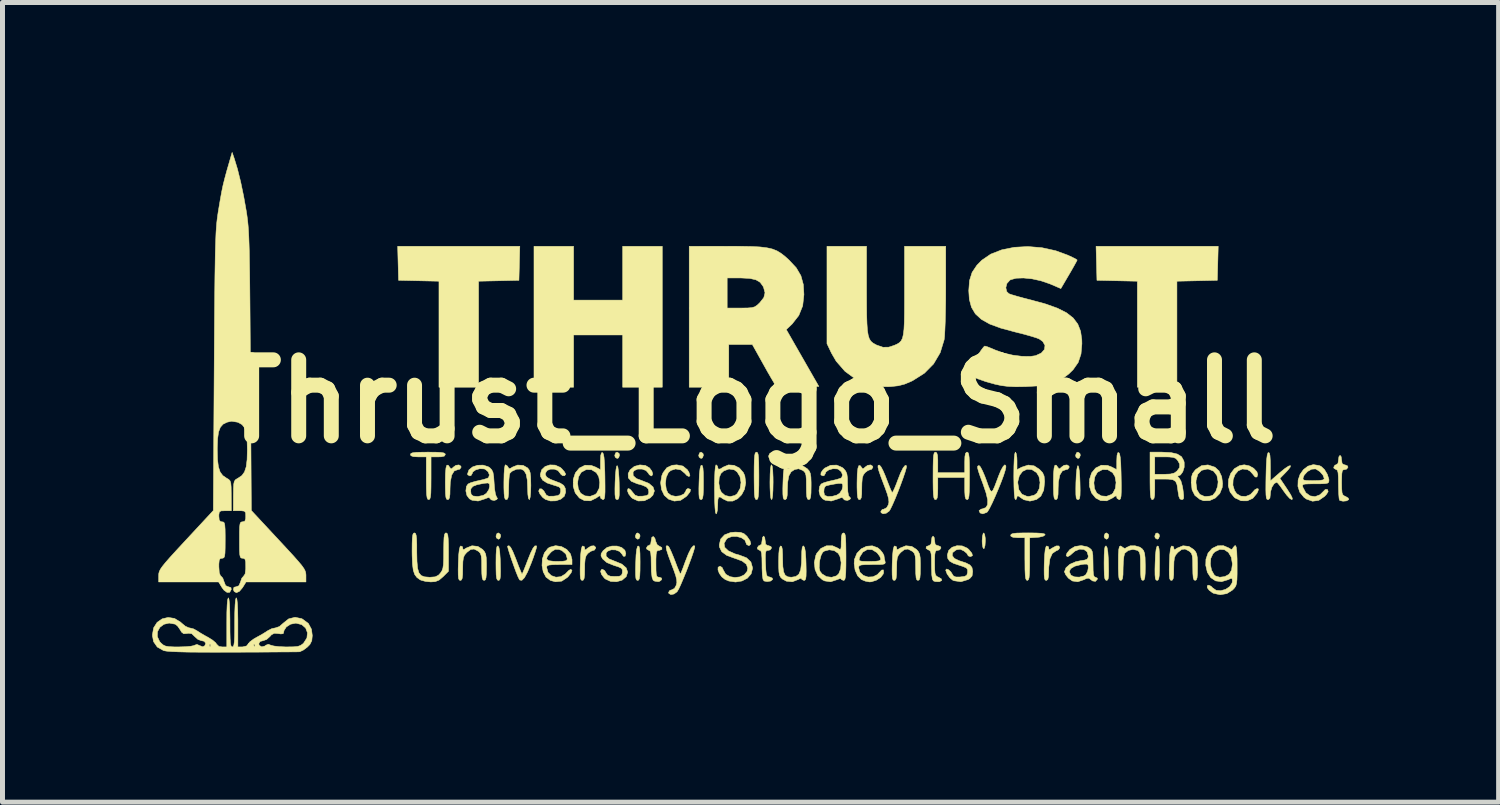
<source format=kicad_pcb>
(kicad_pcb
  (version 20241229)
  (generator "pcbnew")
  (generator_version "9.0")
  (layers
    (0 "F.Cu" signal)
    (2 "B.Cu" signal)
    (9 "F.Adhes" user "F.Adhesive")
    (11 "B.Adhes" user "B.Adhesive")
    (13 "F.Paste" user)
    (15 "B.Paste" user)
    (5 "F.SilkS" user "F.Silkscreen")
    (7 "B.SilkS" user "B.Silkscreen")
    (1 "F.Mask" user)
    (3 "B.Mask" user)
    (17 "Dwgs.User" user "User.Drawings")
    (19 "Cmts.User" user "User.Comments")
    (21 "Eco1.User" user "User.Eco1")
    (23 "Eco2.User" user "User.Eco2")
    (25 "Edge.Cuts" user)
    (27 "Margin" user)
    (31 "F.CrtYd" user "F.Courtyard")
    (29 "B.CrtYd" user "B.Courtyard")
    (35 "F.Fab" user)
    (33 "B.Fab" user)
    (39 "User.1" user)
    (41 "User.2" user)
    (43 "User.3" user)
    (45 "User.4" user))
  (footprint "Thrust_Logo_Small"
    (layer "F.Cu")
    (at 11.974 4.999)
    (property "Reference" "Thrust_Logo_Small" (at 0 0 0) (layer "F.SilkS") (effects (font (size 1.524 1.524) (thickness 0.3))))
    (attr through_hole)
    (fp_poly (pts (xy -4.994 2.662) (xy -4.985 2.699) (xy -5.005 2.75) (xy -5.032 2.762) (xy -5.071 2.736) (xy -5.08 2.699) (xy -5.06 2.647) (xy -5.032 2.635) (xy -4.994 2.662)) (stroke (width 0.01) (type solid)) (fill yes) (layer "F.SilkS"))
    (fp_poly (pts (xy -2.612 1.042) (xy -2.603 1.079) (xy -2.623 1.131) (xy -2.651 1.143) (xy -2.69 1.117) (xy -2.699 1.079) (xy -2.679 1.028) (xy -2.651 1.016) (xy -2.612 1.042)) (stroke (width 0.01) (type solid)) (fill yes) (layer "F.SilkS"))
    (fp_poly (pts (xy -2.2 2.662) (xy -2.191 2.699) (xy -2.211 2.75) (xy -2.238 2.762) (xy -2.277 2.736) (xy -2.286 2.699) (xy -2.266 2.647) (xy -2.238 2.635) (xy -2.2 2.662)) (stroke (width 0.01) (type solid)) (fill yes) (layer "F.SilkS"))
    (fp_poly (pts (xy -0.93 1.042) (xy -0.921 1.079) (xy -0.941 1.131) (xy -0.968 1.143) (xy -1.007 1.117) (xy -1.016 1.079) (xy -0.996 1.028) (xy -0.968 1.016) (xy -0.93 1.042)) (stroke (width 0.01) (type solid)) (fill yes) (layer "F.SilkS"))
    (fp_poly (pts (xy 0.474 1.058) (xy 0.476 1.077) (xy 0.456 1.131) (xy 0.426 1.143) (xy 0.388 1.119) (xy 0.387 1.09) (xy 0.413 1.037) (xy 0.45 1.025) (xy 0.474 1.058)) (stroke (width 0.01) (type solid)) (fill yes) (layer "F.SilkS"))
    (fp_poly (pts (xy 6.627 1.042) (xy 6.636 1.079) (xy 6.616 1.131) (xy 6.588 1.143) (xy 6.549 1.117) (xy 6.54 1.079) (xy 6.56 1.028) (xy 6.588 1.016) (xy 6.627 1.042)) (stroke (width 0.01) (type solid)) (fill yes) (layer "F.SilkS"))
    (fp_poly (pts (xy 7.198 2.662) (xy 7.207 2.699) (xy 7.187 2.75) (xy 7.16 2.762) (xy 7.121 2.736) (xy 7.112 2.699) (xy 7.132 2.647) (xy 7.16 2.635) (xy 7.198 2.662)) (stroke (width 0.01) (type solid)) (fill yes) (layer "F.SilkS"))
    (fp_poly (pts (xy 8.214 2.662) (xy 8.223 2.699) (xy 8.203 2.75) (xy 8.176 2.762) (xy 8.137 2.736) (xy 8.128 2.699) (xy 8.148 2.647) (xy 8.176 2.635) (xy 8.214 2.662)) (stroke (width 0.01) (type solid)) (fill yes) (layer "F.SilkS"))
    (fp_poly (pts (xy -4.611 -2.77) (xy -4.62 -2.429) (xy -5.024 -2.42) (xy -5.429 -2.411) (xy -5.429 -0.286) (xy -6.223 -0.286) (xy -6.223 -2.411) (xy -6.628 -2.42) (xy -7.033 -2.429) (xy -7.042 -2.77) (xy -7.051 -3.111) (xy -4.602 -3.111) (xy -4.611 -2.77)) (stroke (width 0.01) (type solid)) (fill yes) (layer "F.SilkS"))
    (fp_poly (pts (xy -3.524 -2.032) (xy -2.54 -2.032) (xy -2.54 -3.111) (xy -1.746 -3.111) (xy -1.746 -0.286) (xy -2.54 -0.286) (xy -2.54 -1.333) (xy -3.524 -1.333) (xy -3.524 -0.286) (xy -4.318 -0.286) (xy -4.318 -3.111) (xy -3.524 -3.111) (xy -3.524 -2.032)) (stroke (width 0.01) (type solid)) (fill yes) (layer "F.SilkS"))
    (fp_poly (pts (xy 4.717 2.664) (xy 4.729 2.737) (xy 4.731 2.794) (xy 4.725 2.885) (xy 4.71 2.942) (xy 4.699 2.953) (xy 4.681 2.924) (xy 4.669 2.851) (xy 4.667 2.794) (xy 4.673 2.703) (xy 4.688 2.646) (xy 4.699 2.635) (xy 4.717 2.664)) (stroke (width 0.01) (type solid)) (fill yes) (layer "F.SilkS"))
    (fp_poly (pts (xy 9.391 -2.77) (xy 9.382 -2.429) (xy 8.977 -2.42) (xy 8.572 -2.411) (xy 8.572 -0.286) (xy 7.779 -0.286) (xy 7.779 -2.411) (xy 7.374 -2.42) (xy 6.969 -2.429) (xy 6.96 -2.77) (xy 6.951 -3.111) (xy 9.4 -3.111) (xy 9.391 -2.77)) (stroke (width 0.01) (type solid)) (fill yes) (layer "F.SilkS"))
    (fp_poly (pts (xy 0.459 1.3) (xy 0.469 1.386) (xy 0.475 1.519) (xy 0.476 1.619) (xy 0.473 1.777) (xy 0.466 1.892) (xy 0.454 1.957) (xy 0.445 1.968) (xy 0.43 1.938) (xy 0.42 1.852) (xy 0.414 1.72) (xy 0.413 1.619) (xy 0.416 1.462) (xy 0.423 1.346) (xy 0.435 1.281) (xy 0.445 1.27) (xy 0.459 1.3)) (stroke (width 0.01) (type solid)) (fill yes) (layer "F.SilkS"))
    (fp_poly (pts (xy -2.636 1.316) (xy -2.624 1.399) (xy -2.614 1.526) (xy -2.61 1.627) (xy -2.608 1.78) (xy -2.609 1.88) (xy -2.617 1.938) (xy -2.633 1.963) (xy -2.651 1.968) (xy -2.673 1.96) (xy -2.687 1.929) (xy -2.694 1.864) (xy -2.695 1.755) (xy -2.692 1.627) (xy -2.685 1.478) (xy -2.674 1.365) (xy -2.661 1.299) (xy -2.651 1.286) (xy -2.636 1.316)) (stroke (width 0.01) (type solid)) (fill yes) (layer "F.SilkS"))
    (fp_poly (pts (xy 6.603 1.316) (xy 6.616 1.399) (xy 6.625 1.526) (xy 6.629 1.627) (xy 6.632 1.78) (xy 6.63 1.88) (xy 6.622 1.938) (xy 6.607 1.963) (xy 6.588 1.968) (xy 6.566 1.96) (xy 6.552 1.929) (xy 6.546 1.864) (xy 6.545 1.755) (xy 6.547 1.627) (xy 6.554 1.478) (xy 6.565 1.365) (xy 6.578 1.299) (xy 6.588 1.286) (xy 6.603 1.316)) (stroke (width 0.01) (type solid)) (fill yes) (layer "F.SilkS"))
    (fp_poly (pts (xy -5.04 2.897) (xy -5.02 2.93) (xy -5.005 3.014) (xy -4.995 3.156) (xy -4.992 3.249) (xy -4.989 3.402) (xy -4.991 3.501) (xy -4.999 3.558) (xy -5.015 3.583) (xy -5.031 3.588) (xy -5.053 3.578) (xy -5.067 3.544) (xy -5.076 3.474) (xy -5.079 3.358) (xy -5.08 3.236) (xy -5.078 3.075) (xy -5.072 2.97) (xy -5.061 2.913) (xy -5.044 2.896) (xy -5.04 2.897)) (stroke (width 0.01) (type solid)) (fill yes) (layer "F.SilkS"))
    (fp_poly (pts (xy -2.212 2.907) (xy -2.2 2.955) (xy -2.193 3.05) (xy -2.191 3.2) (xy -2.191 3.236) (xy -2.192 3.392) (xy -2.197 3.496) (xy -2.207 3.556) (xy -2.223 3.583) (xy -2.239 3.588) (xy -2.261 3.579) (xy -2.275 3.546) (xy -2.281 3.478) (xy -2.282 3.365) (xy -2.279 3.249) (xy -2.272 3.078) (xy -2.259 2.965) (xy -2.242 2.907) (xy -2.23 2.897) (xy -2.212 2.907)) (stroke (width 0.01) (type solid)) (fill yes) (layer "F.SilkS"))
    (fp_poly (pts (xy -0.942 1.288) (xy -0.93 1.336) (xy -0.923 1.431) (xy -0.921 1.58) (xy -0.921 1.617) (xy -0.922 1.773) (xy -0.927 1.876) (xy -0.937 1.936) (xy -0.953 1.964) (xy -0.969 1.968) (xy -0.991 1.96) (xy -1.005 1.927) (xy -1.011 1.859) (xy -1.012 1.746) (xy -1.009 1.63) (xy -1.002 1.458) (xy -0.989 1.346) (xy -0.972 1.288) (xy -0.96 1.278) (xy -0.942 1.288)) (stroke (width 0.01) (type solid)) (fill yes) (layer "F.SilkS"))
    (fp_poly (pts (xy 7.152 2.897) (xy 7.172 2.93) (xy 7.187 3.014) (xy 7.197 3.156) (xy 7.2 3.249) (xy 7.203 3.402) (xy 7.201 3.501) (xy 7.193 3.558) (xy 7.177 3.583) (xy 7.161 3.588) (xy 7.139 3.578) (xy 7.125 3.544) (xy 7.116 3.474) (xy 7.113 3.358) (xy 7.112 3.236) (xy 7.114 3.075) (xy 7.12 2.97) (xy 7.131 2.913) (xy 7.148 2.896) (xy 7.152 2.897)) (stroke (width 0.01) (type solid)) (fill yes) (layer "F.SilkS"))
    (fp_poly (pts (xy 8.202 2.907) (xy 8.214 2.955) (xy 8.221 3.05) (xy 8.223 3.2) (xy 8.223 3.236) (xy 8.222 3.392) (xy 8.217 3.496) (xy 8.207 3.556) (xy 8.191 3.583) (xy 8.175 3.588) (xy 8.153 3.579) (xy 8.139 3.546) (xy 8.133 3.478) (xy 8.132 3.365) (xy 8.135 3.249) (xy 8.142 3.078) (xy 8.155 2.965) (xy 8.172 2.907) (xy 8.184 2.897) (xy 8.202 2.907)) (stroke (width 0.01) (type solid)) (fill yes) (layer "F.SilkS"))
    (fp_poly (pts (xy 0.162 1.025) (xy 0.175 1.056) (xy 0.183 1.12) (xy 0.188 1.225) (xy 0.19 1.379) (xy 0.191 1.492) (xy 0.19 1.679) (xy 0.186 1.81) (xy 0.18 1.896) (xy 0.17 1.945) (xy 0.154 1.966) (xy 0.143 1.968) (xy 0.124 1.96) (xy 0.111 1.928) (xy 0.102 1.864) (xy 0.098 1.76) (xy 0.096 1.605) (xy 0.095 1.492) (xy 0.096 1.306) (xy 0.099 1.174) (xy 0.106 1.088) (xy 0.116 1.039) (xy 0.132 1.019) (xy 0.143 1.016) (xy 0.162 1.025)) (stroke (width 0.01) (type solid)) (fill yes) (layer "F.SilkS"))
    (fp_poly (pts (xy -5.784 1.297) (xy -5.779 1.318) (xy -5.805 1.357) (xy -5.84 1.365) (xy -5.917 1.393) (xy -5.968 1.476) (xy -5.996 1.616) (xy -6.001 1.737) (xy -6.003 1.861) (xy -6.013 1.933) (xy -6.032 1.964) (xy -6.048 1.968) (xy -6.07 1.959) (xy -6.084 1.922) (xy -6.092 1.849) (xy -6.095 1.728) (xy -6.096 1.619) (xy -6.093 1.446) (xy -6.083 1.333) (xy -6.065 1.278) (xy -6.039 1.277) (xy -6.008 1.32) (xy -5.981 1.353) (xy -5.951 1.334) (xy -5.939 1.32) (xy -5.883 1.28) (xy -5.823 1.272) (xy -5.784 1.297)) (stroke (width 0.01) (type solid)) (fill yes) (layer "F.SilkS"))
    (fp_poly (pts (xy 6.206 2.897) (xy 6.223 2.933) (xy 6.196 2.974) (xy 6.147 2.997) (xy 6.074 3.047) (xy 6.025 3.156) (xy 6.003 3.322) (xy 6.001 3.402) (xy 5.997 3.51) (xy 5.984 3.568) (xy 5.958 3.587) (xy 5.952 3.588) (xy 5.93 3.579) (xy 5.917 3.546) (xy 5.911 3.478) (xy 5.91 3.365) (xy 5.912 3.249) (xy 5.92 3.078) (xy 5.932 2.965) (xy 5.95 2.907) (xy 5.961 2.897) (xy 5.995 2.911) (xy 6.001 2.936) (xy 6.006 2.97) (xy 6.034 2.963) (xy 6.071 2.939) (xy 6.152 2.896) (xy 6.206 2.897)) (stroke (width 0.01) (type solid)) (fill yes) (layer "F.SilkS"))
    (fp_poly (pts (xy 6.408 1.297) (xy 6.413 1.318) (xy 6.387 1.357) (xy 6.352 1.365) (xy 6.275 1.393) (xy 6.224 1.476) (xy 6.196 1.616) (xy 6.191 1.737) (xy 6.189 1.861) (xy 6.179 1.933) (xy 6.16 1.964) (xy 6.144 1.968) (xy 6.122 1.959) (xy 6.108 1.922) (xy 6.1 1.849) (xy 6.097 1.728) (xy 6.096 1.619) (xy 6.099 1.446) (xy 6.109 1.333) (xy 6.127 1.278) (xy 6.153 1.277) (xy 6.184 1.32) (xy 6.211 1.353) (xy 6.241 1.334) (xy 6.253 1.32) (xy 6.309 1.28) (xy 6.369 1.272) (xy 6.408 1.297)) (stroke (width 0.01) (type solid)) (fill yes) (layer "F.SilkS"))
    (fp_poly (pts (xy 2.471 1.297) (xy 2.477 1.318) (xy 2.451 1.36) (xy 2.429 1.365) (xy 2.373 1.386) (xy 2.318 1.429) (xy 2.284 1.475) (xy 2.264 1.538) (xy 2.256 1.636) (xy 2.254 1.73) (xy 2.252 1.856) (xy 2.243 1.93) (xy 2.225 1.963) (xy 2.207 1.968) (xy 2.185 1.958) (xy 2.171 1.921) (xy 2.163 1.845) (xy 2.159 1.722) (xy 2.159 1.637) (xy 2.163 1.457) (xy 2.176 1.339) (xy 2.197 1.284) (xy 2.227 1.29) (xy 2.247 1.319) (xy 2.274 1.353) (xy 2.304 1.334) (xy 2.316 1.32) (xy 2.372 1.28) (xy 2.432 1.272) (xy 2.471 1.297)) (stroke (width 0.01) (type solid)) (fill yes) (layer "F.SilkS"))
    (fp_poly (pts (xy -3.082 2.923) (xy -3.08 2.937) (xy -3.105 2.979) (xy -3.127 2.985) (xy -3.184 3.006) (xy -3.239 3.048) (xy -3.273 3.094) (xy -3.292 3.157) (xy -3.301 3.256) (xy -3.302 3.35) (xy -3.304 3.475) (xy -3.313 3.548) (xy -3.331 3.582) (xy -3.351 3.588) (xy -3.372 3.579) (xy -3.386 3.546) (xy -3.392 3.478) (xy -3.393 3.365) (xy -3.39 3.249) (xy -3.383 3.078) (xy -3.37 2.965) (xy -3.353 2.907) (xy -3.342 2.897) (xy -3.309 2.911) (xy -3.302 2.939) (xy -3.298 2.976) (xy -3.273 2.967) (xy -3.244 2.942) (xy -3.175 2.899) (xy -3.115 2.893) (xy -3.082 2.923)) (stroke (width 0.01) (type solid)) (fill yes) (layer "F.SilkS"))
    (fp_poly (pts (xy -6.289 1.017) (xy -6.186 1.022) (xy -6.126 1.032) (xy -6.1 1.049) (xy -6.096 1.064) (xy -6.115 1.095) (xy -6.178 1.109) (xy -6.239 1.111) (xy -6.382 1.111) (xy -6.382 1.54) (xy -6.383 1.715) (xy -6.386 1.837) (xy -6.394 1.913) (xy -6.406 1.954) (xy -6.424 1.968) (xy -6.429 1.968) (xy -6.449 1.959) (xy -6.462 1.926) (xy -6.471 1.859) (xy -6.475 1.75) (xy -6.477 1.588) (xy -6.477 1.54) (xy -6.477 1.111) (xy -6.636 1.111) (xy -6.736 1.106) (xy -6.784 1.088) (xy -6.795 1.064) (xy -6.785 1.042) (xy -6.748 1.028) (xy -6.675 1.02) (xy -6.554 1.017) (xy -6.445 1.016) (xy -6.289 1.017)) (stroke (width 0.01) (type solid)) (fill yes) (layer "F.SilkS"))
    (fp_poly (pts (xy 5.751 2.637) (xy 5.857 2.643) (xy 5.914 2.654) (xy 5.93 2.671) (xy 5.929 2.675) (xy 5.892 2.701) (xy 5.813 2.72) (xy 5.768 2.724) (xy 5.62 2.734) (xy 5.62 3.161) (xy 5.619 3.336) (xy 5.615 3.457) (xy 5.608 3.533) (xy 5.595 3.573) (xy 5.577 3.587) (xy 5.572 3.588) (xy 5.553 3.579) (xy 5.539 3.545) (xy 5.531 3.479) (xy 5.526 3.369) (xy 5.525 3.208) (xy 5.524 3.159) (xy 5.524 2.731) (xy 5.382 2.731) (xy 5.287 2.724) (xy 5.245 2.703) (xy 5.239 2.683) (xy 5.249 2.662) (xy 5.285 2.648) (xy 5.358 2.639) (xy 5.478 2.636) (xy 5.591 2.635) (xy 5.751 2.637)) (stroke (width 0.01) (type solid)) (fill yes) (layer "F.SilkS"))
    (fp_poly (pts (xy -4.786 2.925) (xy -4.744 3.005) (xy -4.689 3.139) (xy -4.669 3.19) (xy -4.624 3.309) (xy -4.586 3.401) (xy -4.563 3.453) (xy -4.558 3.461) (xy -4.543 3.433) (xy -4.512 3.359) (xy -4.47 3.252) (xy -4.447 3.191) (xy -4.386 3.039) (xy -4.338 2.942) (xy -4.301 2.896) (xy -4.27 2.895) (xy -4.265 2.9) (xy -4.269 2.934) (xy -4.293 3.015) (xy -4.332 3.13) (xy -4.375 3.244) (xy -4.447 3.418) (xy -4.509 3.532) (xy -4.56 3.585) (xy -4.601 3.581) (xy -4.614 3.564) (xy -4.64 3.511) (xy -4.677 3.42) (xy -4.719 3.305) (xy -4.763 3.182) (xy -4.802 3.065) (xy -4.832 2.97) (xy -4.847 2.911) (xy -4.847 2.9) (xy -4.819 2.892) (xy -4.786 2.925)) (stroke (width 0.01) (type solid)) (fill yes) (layer "F.SilkS"))
    (fp_poly (pts (xy -1.332 1.295) (xy -1.243 1.369) (xy -1.212 1.419) (xy -1.191 1.483) (xy -1.209 1.506) (xy -1.253 1.485) (xy -1.295 1.439) (xy -1.378 1.371) (xy -1.479 1.353) (xy -1.577 1.384) (xy -1.624 1.427) (xy -1.668 1.522) (xy -1.682 1.645) (xy -1.665 1.765) (xy -1.633 1.834) (xy -1.568 1.884) (xy -1.48 1.902) (xy -1.388 1.891) (xy -1.312 1.854) (xy -1.272 1.795) (xy -1.27 1.776) (xy -1.244 1.75) (xy -1.222 1.746) (xy -1.18 1.763) (xy -1.189 1.812) (xy -1.25 1.89) (xy -1.268 1.907) (xy -1.381 1.983) (xy -1.505 1.997) (xy -1.619 1.959) (xy -1.706 1.882) (xy -1.761 1.766) (xy -1.779 1.63) (xy -1.756 1.49) (xy -1.73 1.428) (xy -1.654 1.328) (xy -1.548 1.279) (xy -1.455 1.271) (xy -1.332 1.295)) (stroke (width 0.01) (type solid)) (fill yes) (layer "F.SilkS"))
    (fp_poly (pts (xy 10.021 1.29) (xy 10.112 1.341) (xy 10.175 1.409) (xy 10.192 1.463) (xy 10.177 1.515) (xy 10.141 1.515) (xy 10.097 1.462) (xy 10.096 1.459) (xy 10.039 1.397) (xy 9.983 1.364) (xy 9.884 1.354) (xy 9.799 1.392) (xy 9.736 1.468) (xy 9.699 1.568) (xy 9.694 1.679) (xy 9.728 1.788) (xy 9.771 1.849) (xy 9.852 1.898) (xy 9.952 1.904) (xy 10.044 1.867) (xy 10.084 1.826) (xy 10.135 1.769) (xy 10.18 1.746) (xy 10.206 1.755) (xy 10.199 1.793) (xy 10.175 1.843) (xy 10.093 1.942) (xy 9.982 1.992) (xy 9.859 1.991) (xy 9.739 1.935) (xy 9.722 1.921) (xy 9.639 1.817) (xy 9.602 1.693) (xy 9.607 1.565) (xy 9.65 1.445) (xy 9.725 1.347) (xy 9.831 1.285) (xy 9.922 1.27) (xy 10.021 1.29)) (stroke (width 0.01) (type solid)) (fill yes) (layer "F.SilkS"))
    (fp_poly (pts (xy 9.335 1.318) (xy 9.416 1.393) (xy 9.47 1.508) (xy 9.488 1.646) (xy 9.48 1.725) (xy 9.431 1.846) (xy 9.342 1.936) (xy 9.229 1.987) (xy 9.109 1.991) (xy 9.033 1.963) (xy 8.932 1.883) (xy 8.876 1.773) (xy 8.86 1.632) (xy 8.954 1.632) (xy 8.973 1.771) (xy 9.03 1.862) (xy 9.122 1.903) (xy 9.154 1.905) (xy 9.236 1.897) (xy 9.29 1.881) (xy 9.35 1.808) (xy 9.389 1.698) (xy 9.398 1.609) (xy 9.374 1.484) (xy 9.307 1.397) (xy 9.205 1.356) (xy 9.176 1.355) (xy 9.066 1.381) (xy 8.991 1.459) (xy 8.956 1.581) (xy 8.954 1.632) (xy 8.86 1.632) (xy 8.859 1.625) (xy 8.864 1.516) (xy 8.887 1.443) (xy 8.937 1.378) (xy 8.951 1.363) (xy 9.066 1.287) (xy 9.195 1.272) (xy 9.335 1.318)) (stroke (width 0.01) (type solid)) (fill yes) (layer "F.SilkS"))
    (fp_poly (pts (xy -1.894 2.743) (xy -1.879 2.801) (xy -1.848 2.873) (xy -1.808 2.899) (xy -1.755 2.929) (xy -1.753 2.965) (xy -1.801 2.984) (xy -1.81 2.985) (xy -1.841 2.99) (xy -1.859 3.013) (xy -1.869 3.067) (xy -1.873 3.164) (xy -1.873 3.254) (xy -1.872 3.385) (xy -1.867 3.465) (xy -1.854 3.507) (xy -1.831 3.522) (xy -1.807 3.524) (xy -1.76 3.54) (xy -1.759 3.574) (xy -1.798 3.605) (xy -1.828 3.613) (xy -1.899 3.602) (xy -1.929 3.583) (xy -1.951 3.526) (xy -1.965 3.412) (xy -1.968 3.264) (xy -1.97 3.126) (xy -1.977 3.041) (xy -1.991 2.998) (xy -2.014 2.985) (xy -2.016 2.985) (xy -2.058 2.959) (xy -2.064 2.937) (xy -2.038 2.895) (xy -2.016 2.889) (xy -1.979 2.862) (xy -1.968 2.791) (xy -1.955 2.723) (xy -1.925 2.707) (xy -1.894 2.743)) (stroke (width 0.01) (type solid)) (fill yes) (layer "F.SilkS"))
    (fp_poly (pts (xy 5.141 1.287) (xy 5.144 1.315) (xy 5.131 1.376) (xy 5.099 1.478) (xy 5.051 1.608) (xy 4.993 1.752) (xy 4.932 1.896) (xy 4.872 2.029) (xy 4.819 2.136) (xy 4.779 2.205) (xy 4.762 2.223) (xy 4.681 2.253) (xy 4.628 2.236) (xy 4.625 2.233) (xy 4.605 2.189) (xy 4.646 2.159) (xy 4.675 2.153) (xy 4.742 2.127) (xy 4.776 2.069) (xy 4.778 1.974) (xy 4.746 1.835) (xy 4.685 1.655) (xy 4.628 1.502) (xy 4.592 1.397) (xy 4.576 1.333) (xy 4.576 1.3) (xy 4.592 1.287) (xy 4.608 1.286) (xy 4.634 1.314) (xy 4.673 1.389) (xy 4.72 1.498) (xy 4.748 1.572) (xy 4.793 1.698) (xy 4.826 1.777) (xy 4.854 1.806) (xy 4.882 1.783) (xy 4.917 1.707) (xy 4.967 1.575) (xy 4.997 1.494) (xy 5.045 1.379) (xy 5.088 1.303) (xy 5.122 1.27) (xy 5.141 1.287)) (stroke (width 0.01) (type solid)) (fill yes) (layer "F.SilkS"))
    (fp_poly (pts (xy 10.426 1.034) (xy 10.438 1.086) (xy 10.444 1.187) (xy 10.446 1.301) (xy 10.446 1.592) (xy 10.637 1.426) (xy 10.739 1.343) (xy 10.811 1.296) (xy 10.848 1.286) (xy 10.846 1.312) (xy 10.799 1.374) (xy 10.754 1.422) (xy 10.637 1.542) (xy 10.78 1.755) (xy 10.853 1.87) (xy 10.886 1.94) (xy 10.881 1.968) (xy 10.875 1.968) (xy 10.834 1.944) (xy 10.774 1.879) (xy 10.711 1.794) (xy 10.649 1.705) (xy 10.599 1.642) (xy 10.573 1.619) (xy 10.522 1.647) (xy 10.477 1.717) (xy 10.45 1.807) (xy 10.446 1.852) (xy 10.437 1.936) (xy 10.407 1.968) (xy 10.397 1.968) (xy 10.378 1.961) (xy 10.365 1.932) (xy 10.358 1.872) (xy 10.355 1.772) (xy 10.356 1.624) (xy 10.358 1.503) (xy 10.363 1.304) (xy 10.371 1.163) (xy 10.383 1.074) (xy 10.398 1.03) (xy 10.406 1.024) (xy 10.426 1.034)) (stroke (width 0.01) (type solid)) (fill yes) (layer "F.SilkS"))
    (fp_poly (pts (xy 0.308 2.726) (xy 0.317 2.793) (xy 0.318 2.794) (xy 0.327 2.864) (xy 0.365 2.888) (xy 0.381 2.889) (xy 0.433 2.909) (xy 0.445 2.937) (xy 0.418 2.976) (xy 0.38 2.985) (xy 0.348 2.989) (xy 0.33 3.01) (xy 0.322 3.062) (xy 0.321 3.156) (xy 0.324 3.246) (xy 0.33 3.375) (xy 0.339 3.454) (xy 0.354 3.496) (xy 0.381 3.514) (xy 0.407 3.519) (xy 0.458 3.54) (xy 0.468 3.566) (xy 0.428 3.6) (xy 0.357 3.611) (xy 0.294 3.599) (xy 0.273 3.565) (xy 0.26 3.479) (xy 0.254 3.337) (xy 0.254 3.283) (xy 0.252 3.14) (xy 0.246 3.05) (xy 0.233 3.002) (xy 0.213 2.985) (xy 0.206 2.985) (xy 0.164 2.959) (xy 0.159 2.937) (xy 0.184 2.895) (xy 0.206 2.889) (xy 0.244 2.861) (xy 0.254 2.794) (xy 0.263 2.727) (xy 0.285 2.699) (xy 0.286 2.699) (xy 0.308 2.726)) (stroke (width 0.01) (type solid)) (fill yes) (layer "F.SilkS"))
    (fp_poly (pts (xy 1.087 2.897) (xy 1.108 2.93) (xy 1.123 3.014) (xy 1.133 3.156) (xy 1.136 3.249) (xy 1.139 3.402) (xy 1.137 3.501) (xy 1.129 3.558) (xy 1.113 3.583) (xy 1.096 3.588) (xy 1.054 3.57) (xy 1.048 3.554) (xy 1.026 3.545) (xy 0.977 3.57) (xy 0.862 3.615) (xy 0.742 3.603) (xy 0.662 3.559) (xy 0.627 3.525) (xy 0.605 3.484) (xy 0.593 3.42) (xy 0.588 3.319) (xy 0.587 3.205) (xy 0.591 3.048) (xy 0.601 2.949) (xy 0.62 2.902) (xy 0.627 2.897) (xy 0.648 2.908) (xy 0.66 2.961) (xy 0.666 3.066) (xy 0.667 3.143) (xy 0.671 3.307) (xy 0.687 3.417) (xy 0.719 3.484) (xy 0.771 3.516) (xy 0.841 3.524) (xy 0.93 3.51) (xy 0.992 3.464) (xy 1.029 3.376) (xy 1.045 3.238) (xy 1.048 3.134) (xy 1.051 3.002) (xy 1.06 2.926) (xy 1.077 2.897) (xy 1.087 2.897)) (stroke (width 0.01) (type solid)) (fill yes) (layer "F.SilkS"))
    (fp_poly (pts (xy 3.705 2.726) (xy 3.715 2.793) (xy 3.715 2.794) (xy 3.725 2.864) (xy 3.762 2.888) (xy 3.778 2.889) (xy 3.83 2.909) (xy 3.842 2.937) (xy 3.815 2.976) (xy 3.778 2.985) (xy 3.747 2.99) (xy 3.728 3.014) (xy 3.718 3.07) (xy 3.715 3.171) (xy 3.715 3.239) (xy 3.716 3.366) (xy 3.722 3.444) (xy 3.738 3.488) (xy 3.766 3.512) (xy 3.796 3.525) (xy 3.849 3.557) (xy 3.858 3.588) (xy 3.809 3.614) (xy 3.73 3.611) (xy 3.691 3.598) (xy 3.67 3.564) (xy 3.657 3.479) (xy 3.652 3.337) (xy 3.651 3.287) (xy 3.65 3.148) (xy 3.645 3.06) (xy 3.633 3.01) (xy 3.612 2.985) (xy 3.585 2.974) (xy 3.542 2.945) (xy 3.549 2.909) (xy 3.6 2.889) (xy 3.605 2.889) (xy 3.641 2.861) (xy 3.651 2.794) (xy 3.66 2.727) (xy 3.683 2.699) (xy 3.683 2.699) (xy 3.705 2.726)) (stroke (width 0.01) (type solid)) (fill yes) (layer "F.SilkS"))
    (fp_poly (pts (xy -4.85 1.295) (xy -4.838 1.317) (xy -4.818 1.347) (xy -4.781 1.337) (xy -4.752 1.317) (xy -4.646 1.275) (xy -4.534 1.282) (xy -4.445 1.333) (xy -4.414 1.374) (xy -4.395 1.428) (xy -4.385 1.512) (xy -4.382 1.641) (xy -4.381 1.683) (xy -4.385 1.82) (xy -4.394 1.917) (xy -4.408 1.965) (xy -4.413 1.968) (xy -4.43 1.939) (xy -4.441 1.861) (xy -4.445 1.748) (xy -4.452 1.577) (xy -4.475 1.459) (xy -4.517 1.387) (xy -4.575 1.355) (xy -4.669 1.358) (xy -4.761 1.4) (xy -4.802 1.441) (xy -4.813 1.488) (xy -4.821 1.58) (xy -4.825 1.699) (xy -4.826 1.722) (xy -4.828 1.85) (xy -4.837 1.926) (xy -4.854 1.962) (xy -4.874 1.968) (xy -4.895 1.959) (xy -4.909 1.922) (xy -4.917 1.849) (xy -4.921 1.728) (xy -4.921 1.619) (xy -4.918 1.455) (xy -4.91 1.339) (xy -4.897 1.278) (xy -4.889 1.27) (xy -4.85 1.295)) (stroke (width 0.01) (type solid)) (fill yes) (layer "F.SilkS"))
    (fp_poly (pts (xy -1.626 2.901) (xy -1.602 2.937) (xy -1.564 3.018) (xy -1.517 3.131) (xy -1.494 3.19) (xy -1.449 3.309) (xy -1.411 3.401) (xy -1.388 3.453) (xy -1.383 3.461) (xy -1.369 3.433) (xy -1.339 3.36) (xy -1.3 3.254) (xy -1.286 3.215) (xy -1.222 3.052) (xy -1.167 2.943) (xy -1.122 2.893) (xy -1.094 2.896) (xy -1.097 2.931) (xy -1.121 3.013) (xy -1.16 3.128) (xy -1.21 3.263) (xy -1.265 3.407) (xy -1.322 3.546) (xy -1.374 3.669) (xy -1.418 3.763) (xy -1.449 3.814) (xy -1.45 3.816) (xy -1.511 3.86) (xy -1.573 3.872) (xy -1.614 3.849) (xy -1.619 3.826) (xy -1.593 3.787) (xy -1.559 3.778) (xy -1.501 3.748) (xy -1.466 3.684) (xy -1.454 3.634) (xy -1.457 3.575) (xy -1.476 3.494) (xy -1.516 3.379) (xy -1.563 3.255) (xy -1.624 3.09) (xy -1.66 2.977) (xy -1.67 2.912) (xy -1.656 2.89) (xy -1.626 2.901)) (stroke (width 0.01) (type solid)) (fill yes) (layer "F.SilkS"))
    (fp_poly (pts (xy 2.611 1.278) (xy 2.64 1.312) (xy 2.682 1.391) (xy 2.729 1.501) (xy 2.747 1.549) (xy 2.793 1.667) (xy 2.831 1.762) (xy 2.857 1.817) (xy 2.862 1.825) (xy 2.88 1.806) (xy 2.912 1.739) (xy 2.953 1.638) (xy 2.968 1.596) (xy 3.031 1.435) (xy 3.084 1.329) (xy 3.125 1.281) (xy 3.152 1.291) (xy 3.147 1.33) (xy 3.123 1.415) (xy 3.083 1.533) (xy 3.033 1.67) (xy 2.978 1.814) (xy 2.922 1.952) (xy 2.87 2.071) (xy 2.828 2.158) (xy 2.804 2.197) (xy 2.743 2.241) (xy 2.681 2.252) (xy 2.641 2.23) (xy 2.635 2.207) (xy 2.662 2.167) (xy 2.696 2.159) (xy 2.754 2.129) (xy 2.787 2.07) (xy 2.798 2.018) (xy 2.792 1.954) (xy 2.769 1.865) (xy 2.723 1.736) (xy 2.696 1.665) (xy 2.634 1.5) (xy 2.595 1.387) (xy 2.578 1.316) (xy 2.581 1.282) (xy 2.601 1.275) (xy 2.611 1.278)) (stroke (width 0.01) (type solid)) (fill yes) (layer "F.SilkS"))
    (fp_poly (pts (xy 11.865 1.107) (xy 11.874 1.174) (xy 11.874 1.175) (xy 11.884 1.244) (xy 11.922 1.269) (xy 11.938 1.27) (xy 11.99 1.29) (xy 12.002 1.318) (xy 11.975 1.356) (xy 11.938 1.365) (xy 11.906 1.371) (xy 11.887 1.395) (xy 11.878 1.451) (xy 11.875 1.552) (xy 11.874 1.62) (xy 11.876 1.747) (xy 11.882 1.825) (xy 11.897 1.869) (xy 11.926 1.893) (xy 11.956 1.906) (xy 12.008 1.938) (xy 12.017 1.968) (xy 11.972 1.993) (xy 11.902 2) (xy 11.842 1.986) (xy 11.832 1.979) (xy 11.823 1.94) (xy 11.816 1.853) (xy 11.812 1.732) (xy 11.811 1.662) (xy 11.809 1.519) (xy 11.803 1.43) (xy 11.79 1.382) (xy 11.769 1.366) (xy 11.763 1.365) (xy 11.721 1.34) (xy 11.716 1.318) (xy 11.741 1.276) (xy 11.763 1.27) (xy 11.801 1.242) (xy 11.811 1.175) (xy 11.82 1.108) (xy 11.842 1.08) (xy 11.843 1.079) (xy 11.865 1.107)) (stroke (width 0.01) (type solid)) (fill yes) (layer "F.SilkS"))
    (fp_poly (pts (xy 1.065 1.287) (xy 1.16 1.348) (xy 1.199 1.392) (xy 1.222 1.442) (xy 1.234 1.514) (xy 1.238 1.625) (xy 1.238 1.697) (xy 1.236 1.833) (xy 1.229 1.915) (xy 1.214 1.957) (xy 1.191 1.968) (xy 1.167 1.957) (xy 1.152 1.915) (xy 1.145 1.831) (xy 1.143 1.699) (xy 1.142 1.567) (xy 1.135 1.482) (xy 1.119 1.431) (xy 1.092 1.398) (xy 1.068 1.381) (xy 0.988 1.349) (xy 0.909 1.364) (xy 0.837 1.411) (xy 0.791 1.493) (xy 0.768 1.621) (xy 0.762 1.764) (xy 0.759 1.879) (xy 0.748 1.942) (xy 0.725 1.967) (xy 0.713 1.968) (xy 0.692 1.96) (xy 0.678 1.927) (xy 0.672 1.859) (xy 0.671 1.746) (xy 0.674 1.63) (xy 0.681 1.458) (xy 0.694 1.346) (xy 0.711 1.288) (xy 0.722 1.278) (xy 0.756 1.291) (xy 0.762 1.317) (xy 0.768 1.351) (xy 0.795 1.344) (xy 0.833 1.319) (xy 0.947 1.274) (xy 1.065 1.287)) (stroke (width 0.01) (type solid)) (fill yes) (layer "F.SilkS"))
    (fp_poly (pts (xy 4.384 1.025) (xy 4.397 1.056) (xy 4.406 1.12) (xy 4.411 1.225) (xy 4.413 1.379) (xy 4.413 1.492) (xy 4.412 1.679) (xy 4.409 1.81) (xy 4.403 1.896) (xy 4.392 1.945) (xy 4.377 1.966) (xy 4.366 1.968) (xy 4.34 1.955) (xy 4.325 1.908) (xy 4.319 1.816) (xy 4.318 1.746) (xy 4.318 1.524) (xy 3.778 1.524) (xy 3.778 1.746) (xy 3.775 1.867) (xy 3.765 1.936) (xy 3.746 1.965) (xy 3.731 1.968) (xy 3.712 1.96) (xy 3.699 1.928) (xy 3.69 1.864) (xy 3.685 1.76) (xy 3.683 1.605) (xy 3.683 1.492) (xy 3.684 1.306) (xy 3.687 1.174) (xy 3.693 1.088) (xy 3.704 1.039) (xy 3.719 1.019) (xy 3.731 1.016) (xy 3.757 1.03) (xy 3.772 1.079) (xy 3.778 1.176) (xy 3.778 1.222) (xy 3.778 1.429) (xy 4.318 1.429) (xy 4.318 1.222) (xy 4.321 1.107) (xy 4.333 1.042) (xy 4.355 1.018) (xy 4.366 1.016) (xy 4.384 1.025)) (stroke (width 0.01) (type solid)) (fill yes) (layer "F.SilkS"))
    (fp_poly (pts (xy -5.443 2.906) (xy -5.348 2.967) (xy -5.31 3.012) (xy -5.287 3.061) (xy -5.275 3.133) (xy -5.271 3.244) (xy -5.271 3.316) (xy -5.273 3.452) (xy -5.28 3.535) (xy -5.294 3.576) (xy -5.318 3.588) (xy -5.342 3.576) (xy -5.357 3.534) (xy -5.364 3.45) (xy -5.366 3.32) (xy -5.367 3.186) (xy -5.375 3.101) (xy -5.391 3.049) (xy -5.419 3.015) (xy -5.436 3.002) (xy -5.519 2.959) (xy -5.588 2.967) (xy -5.667 3.028) (xy -5.669 3.031) (xy -5.71 3.079) (xy -5.733 3.133) (xy -5.744 3.213) (xy -5.747 3.337) (xy -5.747 3.348) (xy -5.749 3.474) (xy -5.758 3.548) (xy -5.775 3.581) (xy -5.795 3.588) (xy -5.817 3.579) (xy -5.831 3.546) (xy -5.837 3.478) (xy -5.838 3.365) (xy -5.835 3.249) (xy -5.828 3.078) (xy -5.815 2.965) (xy -5.798 2.907) (xy -5.786 2.897) (xy -5.753 2.911) (xy -5.747 2.936) (xy -5.741 2.97) (xy -5.713 2.963) (xy -5.676 2.939) (xy -5.561 2.893) (xy -5.443 2.906)) (stroke (width 0.01) (type solid)) (fill yes) (layer "F.SilkS"))
    (fp_poly (pts (xy -2.084 1.283) (xy -2.002 1.332) (xy -1.954 1.397) (xy -1.937 1.456) (xy -1.955 1.49) (xy -1.969 1.492) (xy -2.008 1.467) (xy -2.021 1.442) (xy -2.071 1.385) (xy -2.151 1.355) (xy -2.238 1.355) (xy -2.308 1.386) (xy -2.332 1.42) (xy -2.329 1.488) (xy -2.264 1.546) (xy -2.147 1.59) (xy -2.014 1.643) (xy -1.931 1.714) (xy -1.904 1.794) (xy -1.934 1.879) (xy -1.989 1.934) (xy -2.105 1.991) (xy -2.229 1.995) (xy -2.34 1.945) (xy -2.367 1.922) (xy -2.42 1.854) (xy -2.444 1.791) (xy -2.435 1.752) (xy -2.417 1.746) (xy -2.381 1.77) (xy -2.335 1.827) (xy -2.29 1.88) (xy -2.232 1.9) (xy -2.149 1.899) (xy -2.064 1.888) (xy -2.026 1.865) (xy -2.016 1.818) (xy -2.016 1.813) (xy -2.027 1.755) (xy -2.066 1.713) (xy -2.147 1.678) (xy -2.248 1.65) (xy -2.365 1.602) (xy -2.427 1.532) (xy -2.43 1.446) (xy -2.392 1.372) (xy -2.306 1.302) (xy -2.195 1.272) (xy -2.084 1.283)) (stroke (width 0.01) (type solid)) (fill yes) (layer "F.SilkS"))
    (fp_poly (pts (xy 3.256 2.906) (xy 3.351 2.967) (xy 3.389 3.012) (xy 3.413 3.061) (xy 3.425 3.133) (xy 3.429 3.244) (xy 3.429 3.316) (xy 3.427 3.452) (xy 3.42 3.535) (xy 3.405 3.576) (xy 3.381 3.588) (xy 3.357 3.576) (xy 3.343 3.534) (xy 3.336 3.45) (xy 3.334 3.32) (xy 3.332 3.186) (xy 3.325 3.101) (xy 3.309 3.049) (xy 3.281 3.015) (xy 3.263 3.002) (xy 3.181 2.959) (xy 3.111 2.967) (xy 3.033 3.028) (xy 3.031 3.031) (xy 2.99 3.079) (xy 2.966 3.133) (xy 2.956 3.213) (xy 2.953 3.337) (xy 2.953 3.348) (xy 2.95 3.474) (xy 2.942 3.548) (xy 2.924 3.581) (xy 2.904 3.588) (xy 2.882 3.579) (xy 2.869 3.546) (xy 2.863 3.478) (xy 2.862 3.365) (xy 2.864 3.249) (xy 2.872 3.078) (xy 2.884 2.965) (xy 2.902 2.907) (xy 2.913 2.897) (xy 2.947 2.911) (xy 2.953 2.936) (xy 2.958 2.97) (xy 2.986 2.963) (xy 3.023 2.939) (xy 3.138 2.893) (xy 3.256 2.906)) (stroke (width 0.01) (type solid)) (fill yes) (layer "F.SilkS"))
    (fp_poly (pts (xy 8.812 2.906) (xy 8.907 2.967) (xy 8.946 3.012) (xy 8.969 3.061) (xy 8.981 3.133) (xy 8.985 3.244) (xy 8.985 3.316) (xy 8.983 3.452) (xy 8.976 3.535) (xy 8.961 3.576) (xy 8.938 3.588) (xy 8.914 3.576) (xy 8.899 3.534) (xy 8.892 3.45) (xy 8.89 3.32) (xy 8.888 3.186) (xy 8.881 3.101) (xy 8.865 3.049) (xy 8.837 3.015) (xy 8.819 3.002) (xy 8.737 2.959) (xy 8.667 2.967) (xy 8.589 3.028) (xy 8.587 3.031) (xy 8.546 3.079) (xy 8.523 3.133) (xy 8.512 3.213) (xy 8.509 3.337) (xy 8.509 3.348) (xy 8.507 3.474) (xy 8.498 3.548) (xy 8.481 3.581) (xy 8.46 3.588) (xy 8.439 3.579) (xy 8.425 3.546) (xy 8.419 3.478) (xy 8.418 3.365) (xy 8.421 3.249) (xy 8.428 3.078) (xy 8.441 2.965) (xy 8.458 2.907) (xy 8.469 2.897) (xy 8.503 2.911) (xy 8.509 2.936) (xy 8.515 2.97) (xy 8.542 2.963) (xy 8.58 2.939) (xy 8.694 2.893) (xy 8.812 2.906)) (stroke (width 0.01) (type solid)) (fill yes) (layer "F.SilkS"))
    (fp_poly (pts (xy -6.06 2.645) (xy -6.046 2.68) (xy -6.038 2.75) (xy -6.033 2.865) (xy -6.032 3.019) (xy -6.032 3.404) (xy -6.14 3.512) (xy -6.221 3.581) (xy -6.298 3.612) (xy -6.387 3.618) (xy -6.492 3.608) (xy -6.583 3.583) (xy -6.601 3.575) (xy -6.664 3.53) (xy -6.709 3.47) (xy -6.738 3.385) (xy -6.754 3.262) (xy -6.761 3.091) (xy -6.762 3.008) (xy -6.761 2.846) (xy -6.757 2.737) (xy -6.748 2.673) (xy -6.733 2.642) (xy -6.715 2.635) (xy -6.695 2.645) (xy -6.681 2.68) (xy -6.672 2.75) (xy -6.668 2.866) (xy -6.668 3.016) (xy -6.664 3.207) (xy -6.652 3.344) (xy -6.625 3.435) (xy -6.58 3.49) (xy -6.512 3.516) (xy -6.415 3.524) (xy -6.4 3.524) (xy -6.299 3.516) (xy -6.233 3.483) (xy -6.194 3.441) (xy -6.164 3.396) (xy -6.145 3.343) (xy -6.134 3.268) (xy -6.129 3.155) (xy -6.128 2.996) (xy -6.126 2.837) (xy -6.122 2.731) (xy -6.112 2.669) (xy -6.097 2.64) (xy -6.08 2.635) (xy -6.06 2.645)) (stroke (width 0.01) (type solid)) (fill yes) (layer "F.SilkS"))
    (fp_poly (pts (xy 7.827 2.92) (xy 7.874 2.953) (xy 7.905 2.993) (xy 7.924 3.048) (xy 7.934 3.131) (xy 7.937 3.26) (xy 7.938 3.302) (xy 7.936 3.441) (xy 7.929 3.528) (xy 7.915 3.573) (xy 7.893 3.588) (xy 7.89 3.588) (xy 7.867 3.577) (xy 7.852 3.536) (xy 7.845 3.455) (xy 7.842 3.322) (xy 7.842 3.303) (xy 7.841 3.165) (xy 7.834 3.077) (xy 7.82 3.025) (xy 7.796 2.995) (xy 7.779 2.985) (xy 7.69 2.966) (xy 7.597 2.987) (xy 7.529 3.041) (xy 7.524 3.05) (xy 7.509 3.108) (xy 7.498 3.21) (xy 7.493 3.334) (xy 7.493 3.348) (xy 7.491 3.474) (xy 7.482 3.548) (xy 7.464 3.582) (xy 7.445 3.588) (xy 7.424 3.578) (xy 7.41 3.541) (xy 7.402 3.468) (xy 7.398 3.348) (xy 7.398 3.239) (xy 7.399 3.075) (xy 7.406 2.969) (xy 7.419 2.911) (xy 7.441 2.896) (xy 7.474 2.915) (xy 7.487 2.927) (xy 7.53 2.949) (xy 7.563 2.927) (xy 7.635 2.894) (xy 7.732 2.893) (xy 7.827 2.92)) (stroke (width 0.01) (type solid)) (fill yes) (layer "F.SilkS"))
    (fp_poly (pts (xy -2.928 1.05) (xy -2.914 1.12) (xy -2.905 1.238) (xy -2.898 1.412) (xy -2.896 1.503) (xy -2.894 1.686) (xy -2.894 1.815) (xy -2.899 1.898) (xy -2.908 1.946) (xy -2.923 1.966) (xy -2.936 1.968) (xy -2.978 1.943) (xy -2.985 1.919) (xy -2.993 1.891) (xy -3.026 1.903) (xy -3.068 1.934) (xy -3.186 1.992) (xy -3.308 1.987) (xy -3.408 1.935) (xy -3.491 1.833) (xy -3.532 1.702) (xy -3.531 1.63) (xy -3.444 1.63) (xy -3.43 1.748) (xy -3.384 1.838) (xy -3.296 1.893) (xy -3.19 1.902) (xy -3.091 1.865) (xy -3.061 1.838) (xy -3.012 1.743) (xy -2.999 1.624) (xy -3.02 1.507) (xy -3.069 1.426) (xy -3.165 1.368) (xy -3.272 1.366) (xy -3.368 1.418) (xy -3.373 1.423) (xy -3.425 1.512) (xy -3.444 1.63) (xy -3.531 1.63) (xy -3.531 1.562) (xy -3.488 1.432) (xy -3.408 1.335) (xy -3.294 1.278) (xy -3.17 1.282) (xy -3.078 1.318) (xy -2.985 1.367) (xy -2.985 1.189) (xy -2.98 1.082) (xy -2.965 1.03) (xy -2.945 1.024) (xy -2.928 1.05)) (stroke (width 0.01) (type solid)) (fill yes) (layer "F.SilkS"))
    (fp_poly (pts (xy -2.653 2.899) (xy -2.56 2.928) (xy -2.496 2.983) (xy -2.477 3.049) (xy -2.492 3.103) (xy -2.526 3.103) (xy -2.552 3.063) (xy -2.601 3.007) (xy -2.682 2.976) (xy -2.77 2.974) (xy -2.842 3.002) (xy -2.872 3.039) (xy -2.872 3.102) (xy -2.816 3.155) (xy -2.701 3.202) (xy -2.691 3.205) (xy -2.555 3.262) (xy -2.47 3.336) (xy -2.44 3.421) (xy -2.469 3.511) (xy -2.469 3.512) (xy -2.551 3.582) (xy -2.662 3.614) (xy -2.781 3.608) (xy -2.885 3.56) (xy -2.907 3.542) (xy -2.963 3.469) (xy -2.983 3.407) (xy -2.966 3.37) (xy -2.944 3.365) (xy -2.902 3.391) (xy -2.873 3.437) (xy -2.841 3.483) (xy -2.785 3.504) (xy -2.699 3.508) (xy -2.61 3.505) (xy -2.566 3.487) (xy -2.549 3.446) (xy -2.546 3.424) (xy -2.546 3.374) (xy -2.569 3.342) (xy -2.629 3.314) (xy -2.713 3.288) (xy -2.857 3.23) (xy -2.941 3.157) (xy -2.942 3.156) (xy -2.974 3.097) (xy -2.971 3.051) (xy -2.931 2.991) (xy -2.855 2.928) (xy -2.757 2.899) (xy -2.653 2.899)) (stroke (width 0.01) (type solid)) (fill yes) (layer "F.SilkS"))
    (fp_poly (pts (xy 7.423 1.05) (xy 7.436 1.12) (xy 7.446 1.238) (xy 7.452 1.412) (xy 7.454 1.503) (xy 7.457 1.686) (xy 7.456 1.815) (xy 7.452 1.898) (xy 7.442 1.946) (xy 7.427 1.966) (xy 7.414 1.968) (xy 7.372 1.943) (xy 7.366 1.919) (xy 7.358 1.891) (xy 7.325 1.903) (xy 7.282 1.934) (xy 7.165 1.992) (xy 7.042 1.987) (xy 6.943 1.935) (xy 6.86 1.833) (xy 6.819 1.702) (xy 6.819 1.63) (xy 6.907 1.63) (xy 6.92 1.748) (xy 6.966 1.838) (xy 7.055 1.893) (xy 7.161 1.902) (xy 7.259 1.865) (xy 7.29 1.838) (xy 7.338 1.743) (xy 7.352 1.624) (xy 7.331 1.507) (xy 7.282 1.426) (xy 7.185 1.368) (xy 7.079 1.366) (xy 6.982 1.418) (xy 6.977 1.423) (xy 6.926 1.512) (xy 6.907 1.63) (xy 6.819 1.63) (xy 6.82 1.562) (xy 6.862 1.432) (xy 6.942 1.335) (xy 7.056 1.278) (xy 7.181 1.282) (xy 7.272 1.318) (xy 7.366 1.367) (xy 7.366 1.189) (xy 7.371 1.082) (xy 7.385 1.03) (xy 7.406 1.024) (xy 7.423 1.05)) (stroke (width 0.01) (type solid)) (fill yes) (layer "F.SilkS"))
    (fp_poly (pts (xy 5.351 1.045) (xy 5.363 1.119) (xy 5.366 1.191) (xy 5.366 1.367) (xy 5.459 1.318) (xy 5.591 1.275) (xy 5.709 1.291) (xy 5.815 1.36) (xy 5.879 1.427) (xy 5.909 1.495) (xy 5.919 1.594) (xy 5.919 1.61) (xy 5.902 1.777) (xy 5.844 1.898) (xy 5.758 1.965) (xy 5.625 1.998) (xy 5.504 1.97) (xy 5.449 1.934) (xy 5.393 1.895) (xy 5.369 1.896) (xy 5.366 1.919) (xy 5.349 1.962) (xy 5.334 1.968) (xy 5.321 1.938) (xy 5.311 1.849) (xy 5.305 1.707) (xy 5.304 1.633) (xy 5.382 1.633) (xy 5.403 1.769) (xy 5.465 1.86) (xy 5.565 1.902) (xy 5.604 1.905) (xy 5.711 1.879) (xy 5.766 1.838) (xy 5.814 1.743) (xy 5.828 1.624) (xy 5.807 1.507) (xy 5.758 1.426) (xy 5.662 1.365) (xy 5.565 1.359) (xy 5.477 1.402) (xy 5.413 1.487) (xy 5.382 1.607) (xy 5.382 1.633) (xy 5.304 1.633) (xy 5.302 1.519) (xy 5.302 1.492) (xy 5.304 1.298) (xy 5.31 1.151) (xy 5.32 1.055) (xy 5.332 1.016) (xy 5.334 1.016) (xy 5.351 1.045)) (stroke (width 0.01) (type solid)) (fill yes) (layer "F.SilkS"))
    (fp_poly (pts (xy 2.349 -2.237) (xy 2.35 -1.956) (xy 2.352 -1.732) (xy 2.358 -1.558) (xy 2.367 -1.425) (xy 2.383 -1.327) (xy 2.405 -1.257) (xy 2.436 -1.208) (xy 2.477 -1.172) (xy 2.528 -1.143) (xy 2.551 -1.131) (xy 2.679 -1.087) (xy 2.795 -1.089) (xy 2.902 -1.124) (xy 2.96 -1.149) (xy 3.006 -1.177) (xy 3.042 -1.214) (xy 3.069 -1.266) (xy 3.087 -1.342) (xy 3.1 -1.449) (xy 3.107 -1.593) (xy 3.11 -1.781) (xy 3.111 -2.021) (xy 3.111 -2.214) (xy 3.111 -3.111) (xy 3.937 -3.111) (xy 3.937 -2.259) (xy 3.936 -2.022) (xy 3.932 -1.798) (xy 3.927 -1.596) (xy 3.92 -1.427) (xy 3.913 -1.302) (xy 3.905 -1.236) (xy 3.826 -0.978) (xy 3.694 -0.754) (xy 3.511 -0.568) (xy 3.278 -0.42) (xy 3.246 -0.404) (xy 3.11 -0.347) (xy 2.985 -0.315) (xy 2.84 -0.299) (xy 2.78 -0.296) (xy 2.603 -0.297) (xy 2.455 -0.314) (xy 2.39 -0.33) (xy 2.137 -0.444) (xy 1.917 -0.605) (xy 1.74 -0.808) (xy 1.647 -0.968) (xy 1.556 -1.159) (xy 1.556 -2.135) (xy 1.556 -3.111) (xy 2.349 -3.111) (xy 2.349 -2.237)) (stroke (width 0.01) (type solid)) (fill yes) (layer "F.SilkS"))
    (fp_poly (pts (xy -3.767 2.909) (xy -3.661 2.967) (xy -3.586 3.057) (xy -3.556 3.169) (xy -3.556 3.173) (xy -3.556 3.27) (xy -3.81 3.27) (xy -3.937 3.272) (xy -4.014 3.279) (xy -4.052 3.293) (xy -4.064 3.319) (xy -4.064 3.327) (xy -4.038 3.425) (xy -3.97 3.492) (xy -3.878 3.523) (xy -3.779 3.513) (xy -3.688 3.457) (xy -3.677 3.445) (xy -3.623 3.39) (xy -3.584 3.366) (xy -3.582 3.365) (xy -3.556 3.385) (xy -3.574 3.436) (xy -3.632 3.51) (xy -3.649 3.527) (xy -3.761 3.602) (xy -3.888 3.615) (xy -3.989 3.588) (xy -4.077 3.522) (xy -4.133 3.416) (xy -4.157 3.289) (xy -4.15 3.16) (xy -4.065 3.16) (xy -4.024 3.192) (xy -3.925 3.205) (xy -3.858 3.207) (xy -3.745 3.204) (xy -3.682 3.195) (xy -3.656 3.175) (xy -3.651 3.149) (xy -3.68 3.057) (xy -3.759 2.989) (xy -3.816 2.967) (xy -3.891 2.965) (xy -3.96 3.006) (xy -3.983 3.028) (xy -4.051 3.107) (xy -4.065 3.16) (xy -4.15 3.16) (xy -4.15 3.157) (xy -4.11 3.037) (xy -4.037 2.945) (xy -4.002 2.922) (xy -3.886 2.891) (xy -3.767 2.909)) (stroke (width 0.01) (type solid)) (fill yes) (layer "F.SilkS"))
    (fp_poly (pts (xy -0.639 1.296) (xy -0.635 1.318) (xy -0.622 1.359) (xy -0.578 1.351) (xy -0.526 1.317) (xy -0.42 1.272) (xy -0.307 1.28) (xy -0.201 1.333) (xy -0.12 1.426) (xy -0.091 1.492) (xy -0.073 1.63) (xy -0.097 1.759) (xy -0.154 1.869) (xy -0.236 1.951) (xy -0.333 1.997) (xy -0.437 1.997) (xy -0.526 1.954) (xy -0.583 1.916) (xy -0.616 1.919) (xy -0.631 1.969) (xy -0.635 2.075) (xy -0.635 2.08) (xy -0.64 2.175) (xy -0.654 2.239) (xy -0.667 2.254) (xy -0.68 2.223) (xy -0.689 2.134) (xy -0.696 1.992) (xy -0.698 1.802) (xy -0.699 1.762) (xy -0.697 1.638) (xy -0.612 1.638) (xy -0.593 1.752) (xy -0.562 1.82) (xy -0.486 1.885) (xy -0.387 1.907) (xy -0.29 1.884) (xy -0.243 1.847) (xy -0.185 1.744) (xy -0.167 1.624) (xy -0.188 1.507) (xy -0.245 1.413) (xy -0.304 1.37) (xy -0.409 1.354) (xy -0.513 1.392) (xy -0.569 1.442) (xy -0.604 1.525) (xy -0.612 1.638) (xy -0.697 1.638) (xy -0.697 1.564) (xy -0.691 1.412) (xy -0.682 1.313) (xy -0.669 1.271) (xy -0.667 1.27) (xy -0.639 1.296)) (stroke (width 0.01) (type solid)) (fill yes) (layer "F.SilkS"))
    (fp_poly (pts (xy -3.893 1.276) (xy -3.792 1.321) (xy -3.761 1.348) (xy -3.708 1.409) (xy -3.683 1.456) (xy -3.683 1.459) (xy -3.704 1.489) (xy -3.748 1.486) (xy -3.786 1.453) (xy -3.79 1.444) (xy -3.837 1.385) (xy -3.91 1.357) (xy -3.989 1.357) (xy -4.055 1.384) (xy -4.089 1.438) (xy -4.09 1.468) (xy -4.064 1.516) (xy -3.994 1.559) (xy -3.907 1.593) (xy -3.79 1.638) (xy -3.722 1.683) (xy -3.691 1.741) (xy -3.683 1.817) (xy -3.71 1.9) (xy -3.781 1.959) (xy -3.879 1.992) (xy -3.988 1.995) (xy -4.09 1.963) (xy -4.145 1.922) (xy -4.198 1.856) (xy -4.223 1.799) (xy -4.223 1.795) (xy -4.206 1.752) (xy -4.165 1.753) (xy -4.12 1.794) (xy -4.101 1.827) (xy -4.069 1.879) (xy -4.021 1.9) (xy -3.935 1.899) (xy -3.929 1.899) (xy -3.843 1.888) (xy -3.801 1.863) (xy -3.785 1.813) (xy -3.784 1.804) (xy -3.785 1.748) (xy -3.813 1.715) (xy -3.885 1.689) (xy -3.911 1.682) (xy -4.056 1.634) (xy -4.145 1.577) (xy -4.186 1.506) (xy -4.191 1.462) (xy -4.164 1.369) (xy -4.095 1.304) (xy -3.999 1.272) (xy -3.893 1.276)) (stroke (width 0.01) (type solid)) (fill yes) (layer "F.SilkS"))
    (fp_poly (pts (xy -0.177 -3.111) (xy 0.042 -3.107) (xy 0.215 -3.098) (xy 0.352 -3.081) (xy 0.462 -3.056) (xy 0.553 -3.02) (xy 0.635 -2.97) (xy 0.717 -2.906) (xy 0.794 -2.836) (xy 0.94 -2.68) (xy 1.033 -2.522) (xy 1.082 -2.344) (xy 1.094 -2.143) (xy 1.069 -1.917) (xy 0.991 -1.724) (xy 0.858 -1.554) (xy 0.842 -1.539) (xy 0.74 -1.442) (xy 1.393 -0.302) (xy 0.975 -0.293) (xy 0.801 -0.29) (xy 0.68 -0.291) (xy 0.6 -0.297) (xy 0.552 -0.31) (xy 0.524 -0.329) (xy 0.517 -0.337) (xy 0.488 -0.384) (xy 0.435 -0.474) (xy 0.365 -0.595) (xy 0.286 -0.736) (xy 0.269 -0.767) (xy 0.059 -1.143) (xy -0.413 -1.143) (xy -0.413 -0.286) (xy -1.206 -0.286) (xy -1.206 -2.477) (xy -0.445 -2.477) (xy -0.445 -1.873) (xy -0.171 -1.873) (xy -0.038 -1.874) (xy 0.049 -1.881) (xy 0.108 -1.898) (xy 0.156 -1.93) (xy 0.21 -1.981) (xy 0.29 -2.083) (xy 0.314 -2.179) (xy 0.285 -2.287) (xy 0.272 -2.313) (xy 0.216 -2.389) (xy 0.132 -2.439) (xy 0.01 -2.467) (xy -0.162 -2.476) (xy -0.192 -2.477) (xy -0.445 -2.477) (xy -1.206 -2.477) (xy -1.206 -3.111) (xy -0.45 -3.112) (xy -0.177 -3.111)) (stroke (width 0.01) (type solid)) (fill yes) (layer "F.SilkS"))
    (fp_poly (pts (xy 4.267 2.896) (xy 4.367 2.94) (xy 4.399 2.967) (xy 4.461 3.043) (xy 4.473 3.092) (xy 4.433 3.111) (xy 4.429 3.111) (xy 4.387 3.095) (xy 4.381 3.08) (xy 4.358 3.043) (xy 4.301 2.997) (xy 4.228 2.962) (xy 4.16 2.972) (xy 4.14 2.98) (xy 4.075 3.031) (xy 4.067 3.091) (xy 4.112 3.148) (xy 4.208 3.194) (xy 4.211 3.194) (xy 4.342 3.237) (xy 4.423 3.279) (xy 4.463 3.329) (xy 4.476 3.397) (xy 4.477 3.413) (xy 4.465 3.498) (xy 4.418 3.551) (xy 4.383 3.571) (xy 4.241 3.614) (xy 4.103 3.594) (xy 4.076 3.582) (xy 4.018 3.533) (xy 3.965 3.459) (xy 3.938 3.388) (xy 3.937 3.38) (xy 3.955 3.359) (xy 3.996 3.375) (xy 4.04 3.416) (xy 4.059 3.447) (xy 4.091 3.498) (xy 4.139 3.519) (xy 4.224 3.519) (xy 4.231 3.518) (xy 4.317 3.507) (xy 4.359 3.483) (xy 4.374 3.432) (xy 4.375 3.423) (xy 4.375 3.372) (xy 4.351 3.338) (xy 4.288 3.31) (xy 4.221 3.288) (xy 4.092 3.245) (xy 4.015 3.201) (xy 3.978 3.147) (xy 3.969 3.078) (xy 3.996 2.987) (xy 4.065 2.923) (xy 4.161 2.892) (xy 4.267 2.896)) (stroke (width 0.01) (type solid)) (fill yes) (layer "F.SilkS"))
    (fp_poly (pts (xy 8.454 1.025) (xy 8.582 1.055) (xy 8.665 1.108) (xy 8.71 1.19) (xy 8.718 1.223) (xy 8.718 1.319) (xy 8.69 1.409) (xy 8.643 1.474) (xy 8.597 1.492) (xy 8.588 1.507) (xy 8.614 1.532) (xy 8.652 1.592) (xy 8.683 1.704) (xy 8.694 1.77) (xy 8.707 1.879) (xy 8.707 1.939) (xy 8.692 1.964) (xy 8.667 1.968) (xy 8.633 1.954) (xy 8.611 1.904) (xy 8.594 1.805) (xy 8.591 1.781) (xy 8.575 1.671) (xy 8.547 1.604) (xy 8.494 1.57) (xy 8.402 1.557) (xy 8.3 1.556) (xy 8.128 1.556) (xy 8.128 1.762) (xy 8.125 1.878) (xy 8.113 1.942) (xy 8.091 1.967) (xy 8.08 1.968) (xy 8.062 1.96) (xy 8.049 1.928) (xy 8.04 1.864) (xy 8.035 1.76) (xy 8.033 1.605) (xy 8.033 1.492) (xy 8.033 1.111) (xy 8.128 1.111) (xy 8.128 1.46) (xy 8.319 1.46) (xy 8.44 1.455) (xy 8.519 1.435) (xy 8.572 1.397) (xy 8.626 1.324) (xy 8.626 1.252) (xy 8.587 1.182) (xy 8.55 1.142) (xy 8.498 1.121) (xy 8.412 1.112) (xy 8.333 1.111) (xy 8.128 1.111) (xy 8.033 1.111) (xy 8.033 1.016) (xy 8.272 1.016) (xy 8.454 1.025)) (stroke (width 0.01) (type solid)) (fill yes) (layer "F.SilkS"))
    (fp_poly (pts (xy -0.176 2.625) (xy -0.108 2.65) (xy -0.049 2.703) (xy -0.045 2.708) (xy 0.013 2.793) (xy 0.029 2.856) (xy 0.001 2.887) (xy -0.016 2.889) (xy -0.058 2.865) (xy -0.064 2.843) (xy -0.091 2.778) (xy -0.162 2.731) (xy -0.255 2.706) (xy -0.353 2.708) (xy -0.436 2.74) (xy -0.458 2.76) (xy -0.507 2.845) (xy -0.494 2.925) (xy -0.421 2.995) (xy -0.289 3.055) (xy -0.197 3.081) (xy -0.055 3.136) (xy 0.031 3.219) (xy 0.063 3.331) (xy 0.064 3.347) (xy 0.035 3.457) (xy -0.04 3.543) (xy -0.148 3.599) (xy -0.277 3.62) (xy -0.412 3.6) (xy -0.486 3.569) (xy -0.553 3.516) (xy -0.603 3.446) (xy -0.629 3.377) (xy -0.627 3.324) (xy -0.588 3.302) (xy -0.588 3.302) (xy -0.546 3.329) (xy -0.521 3.382) (xy -0.474 3.463) (xy -0.392 3.512) (xy -0.292 3.529) (xy -0.189 3.517) (xy -0.102 3.475) (xy -0.045 3.407) (xy -0.032 3.344) (xy -0.06 3.264) (xy -0.145 3.199) (xy -0.29 3.145) (xy -0.295 3.144) (xy -0.454 3.086) (xy -0.554 3.012) (xy -0.599 2.919) (xy -0.603 2.877) (xy -0.576 2.759) (xy -0.497 2.674) (xy -0.374 2.627) (xy -0.28 2.619) (xy -0.176 2.625)) (stroke (width 0.01) (type solid)) (fill yes) (layer "F.SilkS"))
    (fp_poly (pts (xy 11.425 1.285) (xy 11.464 1.303) (xy 11.53 1.365) (xy 11.587 1.46) (xy 11.619 1.56) (xy 11.62 1.586) (xy 11.616 1.617) (xy 11.594 1.637) (xy 11.542 1.647) (xy 11.447 1.651) (xy 11.348 1.651) (xy 11.217 1.652) (xy 11.138 1.656) (xy 11.1 1.667) (xy 11.09 1.688) (xy 11.098 1.722) (xy 11.156 1.83) (xy 11.243 1.893) (xy 11.342 1.908) (xy 11.439 1.871) (xy 11.492 1.82) (xy 11.546 1.765) (xy 11.585 1.764) (xy 11.594 1.771) (xy 11.604 1.808) (xy 11.568 1.865) (xy 11.532 1.903) (xy 11.415 1.983) (xy 11.291 2) (xy 11.166 1.956) (xy 11.119 1.921) (xy 11.035 1.818) (xy 10.998 1.701) (xy 11.002 1.579) (xy 11.009 1.557) (xy 11.099 1.557) (xy 11.118 1.576) (xy 11.171 1.585) (xy 11.272 1.587) (xy 11.306 1.587) (xy 11.428 1.584) (xy 11.498 1.573) (xy 11.524 1.551) (xy 11.525 1.543) (xy 11.5 1.476) (xy 11.438 1.406) (xy 11.363 1.357) (xy 11.348 1.352) (xy 11.271 1.358) (xy 11.189 1.405) (xy 11.124 1.477) (xy 11.104 1.523) (xy 11.099 1.557) (xy 11.009 1.557) (xy 11.04 1.464) (xy 11.108 1.367) (xy 11.199 1.297) (xy 11.306 1.266) (xy 11.425 1.285)) (stroke (width 0.01) (type solid)) (fill yes) (layer "F.SilkS"))
    (fp_poly (pts (xy 1.908 2.644) (xy 1.921 2.676) (xy 1.93 2.739) (xy 1.934 2.844) (xy 1.936 2.998) (xy 1.937 3.111) (xy 1.936 3.298) (xy 1.933 3.43) (xy 1.926 3.516) (xy 1.916 3.564) (xy 1.9 3.585) (xy 1.889 3.588) (xy 1.847 3.572) (xy 1.841 3.558) (xy 1.818 3.55) (xy 1.76 3.571) (xy 1.754 3.574) (xy 1.629 3.615) (xy 1.511 3.598) (xy 1.464 3.575) (xy 1.372 3.491) (xy 1.317 3.369) (xy 1.314 3.337) (xy 1.4 3.337) (xy 1.416 3.404) (xy 1.457 3.457) (xy 1.547 3.512) (xy 1.65 3.525) (xy 1.745 3.497) (xy 1.792 3.454) (xy 1.831 3.354) (xy 1.84 3.23) (xy 1.818 3.112) (xy 1.783 3.046) (xy 1.702 2.99) (xy 1.601 2.974) (xy 1.505 2.999) (xy 1.47 3.024) (xy 1.438 3.085) (xy 1.412 3.181) (xy 1.405 3.232) (xy 1.4 3.337) (xy 1.314 3.337) (xy 1.302 3.229) (xy 1.332 3.088) (xy 1.35 3.047) (xy 1.433 2.947) (xy 1.544 2.894) (xy 1.667 2.893) (xy 1.771 2.939) (xy 1.811 2.964) (xy 1.832 2.96) (xy 1.84 2.917) (xy 1.841 2.821) (xy 1.841 2.812) (xy 1.846 2.706) (xy 1.86 2.651) (xy 1.889 2.635) (xy 1.889 2.635) (xy 1.908 2.644)) (stroke (width 0.01) (type solid)) (fill yes) (layer "F.SilkS"))
    (fp_poly (pts (xy 2.573 2.933) (xy 2.621 2.973) (xy 2.673 3.038) (xy 2.699 3.088) (xy 2.699 3.092) (xy 2.707 3.149) (xy 2.719 3.199) (xy 2.725 3.233) (xy 2.714 3.254) (xy 2.675 3.265) (xy 2.595 3.27) (xy 2.464 3.27) (xy 2.332 3.271) (xy 2.251 3.277) (xy 2.209 3.289) (xy 2.193 3.312) (xy 2.191 3.334) (xy 2.217 3.424) (xy 2.286 3.488) (xy 2.379 3.52) (xy 2.478 3.515) (xy 2.567 3.471) (xy 2.598 3.437) (xy 2.653 3.38) (xy 2.687 3.377) (xy 2.692 3.424) (xy 2.684 3.459) (xy 2.634 3.526) (xy 2.547 3.583) (xy 2.446 3.615) (xy 2.407 3.618) (xy 2.325 3.602) (xy 2.247 3.57) (xy 2.171 3.496) (xy 2.12 3.382) (xy 2.101 3.247) (xy 2.108 3.172) (xy 2.2 3.172) (xy 2.213 3.194) (xy 2.258 3.204) (xy 2.348 3.207) (xy 2.411 3.207) (xy 2.532 3.204) (xy 2.601 3.195) (xy 2.631 3.175) (xy 2.635 3.158) (xy 2.614 3.104) (xy 2.563 3.036) (xy 2.554 3.028) (xy 2.46 2.97) (xy 2.363 2.969) (xy 2.276 3.019) (xy 2.214 3.117) (xy 2.208 3.135) (xy 2.2 3.172) (xy 2.108 3.172) (xy 2.108 3.164) (xy 2.157 3.043) (xy 2.242 2.955) (xy 2.35 2.903) (xy 2.465 2.894) (xy 2.573 2.933)) (stroke (width 0.01) (type solid)) (fill yes) (layer "F.SilkS"))
    (fp_poly (pts (xy 6.774 2.914) (xy 6.819 2.939) (xy 6.854 2.969) (xy 6.875 3.011) (xy 6.886 3.08) (xy 6.889 3.19) (xy 6.89 3.256) (xy 6.892 3.389) (xy 6.899 3.471) (xy 6.913 3.512) (xy 6.937 3.524) (xy 6.94 3.524) (xy 6.977 3.543) (xy 6.978 3.562) (xy 6.939 3.607) (xy 6.88 3.598) (xy 6.849 3.574) (xy 6.807 3.543) (xy 6.76 3.548) (xy 6.71 3.572) (xy 6.584 3.615) (xy 6.476 3.599) (xy 6.396 3.542) (xy 6.343 3.475) (xy 6.318 3.417) (xy 6.318 3.413) (xy 6.318 3.413) (xy 6.414 3.413) (xy 6.445 3.479) (xy 6.452 3.486) (xy 6.52 3.517) (xy 6.614 3.522) (xy 6.704 3.5) (xy 6.745 3.474) (xy 6.782 3.406) (xy 6.795 3.337) (xy 6.791 3.283) (xy 6.769 3.261) (xy 6.712 3.262) (xy 6.653 3.27) (xy 6.523 3.303) (xy 6.442 3.352) (xy 6.414 3.413) (xy 6.318 3.413) (xy 6.348 3.334) (xy 6.427 3.264) (xy 6.544 3.213) (xy 6.629 3.195) (xy 6.726 3.179) (xy 6.776 3.158) (xy 6.793 3.122) (xy 6.795 3.096) (xy 6.77 3.013) (xy 6.707 2.967) (xy 6.623 2.961) (xy 6.531 2.998) (xy 6.49 3.032) (xy 6.429 3.085) (xy 6.384 3.111) (xy 6.38 3.111) (xy 6.351 3.093) (xy 6.367 3.042) (xy 6.424 2.971) (xy 6.428 2.967) (xy 6.529 2.907) (xy 6.653 2.889) (xy 6.774 2.914)) (stroke (width 0.01) (type solid)) (fill yes) (layer "F.SilkS"))
    (fp_poly (pts (xy 9.761 2.92) (xy 9.772 3.01) (xy 9.778 3.154) (xy 9.779 3.289) (xy 9.779 3.454) (xy 9.776 3.569) (xy 9.768 3.645) (xy 9.753 3.697) (xy 9.729 3.736) (xy 9.692 3.775) (xy 9.686 3.781) (xy 9.573 3.852) (xy 9.44 3.875) (xy 9.309 3.847) (xy 9.287 3.836) (xy 9.219 3.785) (xy 9.181 3.733) (xy 9.181 3.694) (xy 9.212 3.683) (xy 9.258 3.706) (xy 9.288 3.737) (xy 9.358 3.786) (xy 9.451 3.794) (xy 9.548 3.767) (xy 9.63 3.713) (xy 9.678 3.638) (xy 9.684 3.601) (xy 9.679 3.553) (xy 9.654 3.547) (xy 9.596 3.574) (xy 9.466 3.613) (xy 9.348 3.597) (xy 9.251 3.532) (xy 9.182 3.425) (xy 9.15 3.285) (xy 9.151 3.264) (xy 9.242 3.264) (xy 9.266 3.381) (xy 9.318 3.475) (xy 9.347 3.5) (xy 9.431 3.524) (xy 9.531 3.511) (xy 9.615 3.466) (xy 9.62 3.461) (xy 9.668 3.381) (xy 9.684 3.262) (xy 9.684 3.253) (xy 9.662 3.122) (xy 9.605 3.026) (xy 9.524 2.972) (xy 9.43 2.966) (xy 9.335 3.013) (xy 9.295 3.053) (xy 9.251 3.146) (xy 9.242 3.264) (xy 9.151 3.264) (xy 9.154 3.163) (xy 9.197 3.038) (xy 9.279 2.946) (xy 9.386 2.894) (xy 9.504 2.891) (xy 9.61 2.936) (xy 9.661 2.967) (xy 9.686 2.956) (xy 9.695 2.936) (xy 9.729 2.895) (xy 9.746 2.889) (xy 9.761 2.92)) (stroke (width 0.01) (type solid)) (fill yes) (layer "F.SilkS"))
    (fp_poly (pts (xy -5.237 1.308) (xy -5.203 1.33) (xy -5.165 1.37) (xy -5.14 1.423) (xy -5.126 1.506) (xy -5.117 1.635) (xy -5.117 1.64) (xy -5.107 1.76) (xy -5.091 1.855) (xy -5.073 1.907) (xy -5.069 1.912) (xy -5.05 1.945) (xy -5.067 1.968) (xy -5.117 1.986) (xy -5.174 1.973) (xy -5.206 1.939) (xy -5.207 1.933) (xy -5.231 1.926) (xy -5.29 1.947) (xy -5.301 1.952) (xy -5.438 1.996) (xy -5.561 1.98) (xy -5.613 1.951) (xy -5.663 1.884) (xy -5.684 1.793) (xy -5.683 1.788) (xy -5.588 1.788) (xy -5.579 1.86) (xy -5.54 1.895) (xy -5.457 1.905) (xy -5.44 1.905) (xy -5.333 1.882) (xy -5.271 1.841) (xy -5.223 1.767) (xy -5.207 1.701) (xy -5.213 1.651) (xy -5.242 1.634) (xy -5.313 1.64) (xy -5.326 1.642) (xy -5.461 1.669) (xy -5.543 1.702) (xy -5.582 1.748) (xy -5.588 1.788) (xy -5.683 1.788) (xy -5.673 1.704) (xy -5.64 1.655) (xy -5.586 1.629) (xy -5.494 1.602) (xy -5.427 1.587) (xy -5.327 1.564) (xy -5.253 1.54) (xy -5.229 1.527) (xy -5.212 1.472) (xy -5.238 1.409) (xy -5.294 1.361) (xy -5.317 1.352) (xy -5.404 1.348) (xy -5.487 1.371) (xy -5.544 1.412) (xy -5.556 1.444) (xy -5.581 1.486) (xy -5.604 1.492) (xy -5.646 1.471) (xy -5.651 1.453) (xy -5.622 1.372) (xy -5.549 1.312) (xy -5.449 1.279) (xy -5.339 1.276) (xy -5.237 1.308)) (stroke (width 0.01) (type solid)) (fill yes) (layer "F.SilkS"))
    (fp_poly (pts (xy 1.864 1.325) (xy 1.891 1.348) (xy 1.931 1.396) (xy 1.955 1.451) (xy 1.966 1.532) (xy 1.968 1.657) (xy 1.968 1.663) (xy 1.974 1.806) (xy 1.989 1.89) (xy 2.008 1.914) (xy 2.031 1.939) (xy 2.013 1.966) (xy 1.964 1.985) (xy 1.907 1.974) (xy 1.874 1.94) (xy 1.873 1.933) (xy 1.849 1.926) (xy 1.79 1.947) (xy 1.78 1.952) (xy 1.642 1.996) (xy 1.519 1.98) (xy 1.468 1.951) (xy 1.417 1.884) (xy 1.401 1.814) (xy 1.493 1.814) (xy 1.506 1.874) (xy 1.513 1.884) (xy 1.573 1.906) (xy 1.661 1.902) (xy 1.751 1.878) (xy 1.81 1.841) (xy 1.858 1.768) (xy 1.873 1.703) (xy 1.869 1.66) (xy 1.847 1.642) (xy 1.789 1.643) (xy 1.715 1.654) (xy 1.617 1.672) (xy 1.544 1.69) (xy 1.524 1.699) (xy 1.499 1.744) (xy 1.493 1.814) (xy 1.401 1.814) (xy 1.396 1.793) (xy 1.408 1.704) (xy 1.44 1.655) (xy 1.494 1.629) (xy 1.586 1.602) (xy 1.653 1.587) (xy 1.753 1.564) (xy 1.827 1.54) (xy 1.851 1.527) (xy 1.868 1.472) (xy 1.843 1.409) (xy 1.787 1.361) (xy 1.763 1.352) (xy 1.677 1.348) (xy 1.594 1.371) (xy 1.536 1.412) (xy 1.524 1.444) (xy 1.499 1.486) (xy 1.476 1.492) (xy 1.434 1.473) (xy 1.437 1.426) (xy 1.48 1.365) (xy 1.512 1.336) (xy 1.629 1.279) (xy 1.752 1.276) (xy 1.864 1.325)) (stroke (width 0.01) (type solid)) (fill yes) (layer "F.SilkS"))
    (fp_poly (pts (xy 5.864 -3.083) (xy 6.142 -3.022) (xy 6.382 -2.934) (xy 6.479 -2.889) (xy 6.547 -2.854) (xy 6.572 -2.836) (xy 6.557 -2.805) (xy 6.517 -2.732) (xy 6.458 -2.628) (xy 6.409 -2.544) (xy 6.245 -2.264) (xy 6.02 -2.36) (xy 5.847 -2.419) (xy 5.667 -2.459) (xy 5.495 -2.476) (xy 5.347 -2.471) (xy 5.239 -2.441) (xy 5.223 -2.432) (xy 5.163 -2.365) (xy 5.142 -2.281) (xy 5.16 -2.203) (xy 5.203 -2.161) (xy 5.255 -2.142) (xy 5.356 -2.112) (xy 5.489 -2.075) (xy 5.642 -2.036) (xy 5.649 -2.034) (xy 5.942 -1.954) (xy 6.177 -1.87) (xy 6.359 -1.778) (xy 6.493 -1.673) (xy 6.585 -1.551) (xy 6.641 -1.408) (xy 6.665 -1.238) (xy 6.667 -1.157) (xy 6.649 -0.951) (xy 6.593 -0.783) (xy 6.491 -0.637) (xy 6.404 -0.552) (xy 6.278 -0.457) (xy 6.142 -0.387) (xy 5.981 -0.34) (xy 5.784 -0.312) (xy 5.54 -0.298) (xy 5.342 -0.295) (xy 5.186 -0.302) (xy 5.051 -0.319) (xy 4.921 -0.347) (xy 4.74 -0.398) (xy 4.588 -0.451) (xy 4.473 -0.502) (xy 4.403 -0.548) (xy 4.387 -0.58) (xy 4.411 -0.639) (xy 4.459 -0.727) (xy 4.52 -0.831) (xy 4.585 -0.936) (xy 4.647 -1.027) (xy 4.695 -1.09) (xy 4.719 -1.111) (xy 4.765 -1.099) (xy 4.849 -1.066) (xy 4.928 -1.032) (xy 5.093 -0.972) (xy 5.279 -0.929) (xy 5.467 -0.905) (xy 5.635 -0.903) (xy 5.738 -0.918) (xy 5.852 -0.97) (xy 5.916 -1.042) (xy 5.927 -1.123) (xy 5.883 -1.202) (xy 5.812 -1.253) (xy 5.748 -1.278) (xy 5.636 -1.312) (xy 5.493 -1.352) (xy 5.333 -1.392) (xy 5.314 -1.397) (xy 5.037 -1.472) (xy 4.817 -1.553) (xy 4.651 -1.647) (xy 4.531 -1.757) (xy 4.453 -1.889) (xy 4.41 -2.048) (xy 4.399 -2.222) (xy 4.414 -2.424) (xy 4.466 -2.588) (xy 4.563 -2.733) (xy 4.661 -2.832) (xy 4.84 -2.954) (xy 5.06 -3.04) (xy 5.312 -3.091) (xy 5.584 -3.106) (xy 5.864 -3.083)) (stroke (width 0.01) (type solid)) (fill yes) (layer "F.SilkS"))
    (fp_poly (pts (xy -10.327 -4.87) (xy -10.263 -4.66) (xy -10.199 -4.402) (xy -10.138 -4.109) (xy -10.088 -3.827) (xy -10.076 -3.752) (xy -10.066 -3.678) (xy -10.057 -3.601) (xy -10.049 -3.517) (xy -10.042 -3.419) (xy -10.036 -3.305) (xy -10.031 -3.169) (xy -10.026 -3.008) (xy -10.023 -2.816) (xy -10.019 -2.588) (xy -10.016 -2.322) (xy -10.013 -2.011) (xy -10.01 -1.651) (xy -10.007 -1.239) (xy -10.004 -0.769) (xy -10.003 -0.614) (xy -9.985 2.186) (xy -9.438 2.774) (xy -9.269 2.956) (xy -9.139 3.097) (xy -9.043 3.206) (xy -8.975 3.287) (xy -8.931 3.349) (xy -8.906 3.397) (xy -8.894 3.438) (xy -8.89 3.479) (xy -8.89 3.491) (xy -8.89 3.619) (xy -10.091 3.619) (xy -10.161 3.732) (xy -10.224 3.807) (xy -10.284 3.834) (xy -10.329 3.81) (xy -10.345 3.77) (xy -10.333 3.725) (xy -10.289 3.715) (xy -10.235 3.695) (xy -10.205 3.627) (xy -10.202 3.617) (xy -10.176 3.543) (xy -10.14 3.502) (xy -10.14 3.502) (xy -10.11 3.458) (xy -10.097 3.355) (xy -10.097 3.314) (xy -10.099 3.215) (xy -10.112 3.163) (xy -10.139 3.145) (xy -10.16 3.143) (xy -10.187 3.139) (xy -10.205 3.121) (xy -10.216 3.076) (xy -10.222 2.995) (xy -10.223 2.867) (xy -10.223 2.778) (xy -10.223 2.621) (xy -10.22 2.517) (xy -10.212 2.455) (xy -10.198 2.424) (xy -10.176 2.414) (xy -10.16 2.413) (xy -10.116 2.401) (xy -10.099 2.352) (xy -10.097 2.302) (xy -10.1 2.23) (xy -10.125 2.199) (xy -10.188 2.191) (xy -10.221 2.191) (xy -10.346 2.191) (xy -10.345 1.888) (xy -10.343 1.748) (xy -10.338 1.657) (xy -10.326 1.602) (xy -10.304 1.57) (xy -10.267 1.546) (xy -10.252 1.538) (xy -10.175 1.486) (xy -10.122 1.413) (xy -10.088 1.31) (xy -10.07 1.166) (xy -10.065 0.97) (xy -10.065 0.968) (xy -10.07 0.772) (xy -10.087 0.629) (xy -10.119 0.53) (xy -10.171 0.464) (xy -10.245 0.422) (xy -10.265 0.415) (xy -10.382 0.396) (xy -10.472 0.416) (xy -10.551 0.455) (xy -10.606 0.517) (xy -10.642 0.611) (xy -10.661 0.746) (xy -10.668 0.933) (xy -10.668 0.968) (xy -10.663 1.165) (xy -10.645 1.31) (xy -10.611 1.413) (xy -10.558 1.485) (xy -10.481 1.538) (xy -10.481 1.538) (xy -10.439 1.562) (xy -10.412 1.591) (xy -10.397 1.637) (xy -10.39 1.715) (xy -10.388 1.839) (xy -10.388 1.888) (xy -10.386 2.191) (xy -10.511 2.191) (xy -10.592 2.194) (xy -10.627 2.216) (xy -10.636 2.272) (xy -10.636 2.302) (xy -10.629 2.378) (xy -10.601 2.409) (xy -10.573 2.413) (xy -10.545 2.417) (xy -10.527 2.436) (xy -10.517 2.48) (xy -10.511 2.561) (xy -10.509 2.689) (xy -10.509 2.778) (xy -10.51 2.935) (xy -10.513 3.039) (xy -10.521 3.101) (xy -10.535 3.132) (xy -10.557 3.142) (xy -10.573 3.143) (xy -10.61 3.151) (xy -10.629 3.184) (xy -10.636 3.258) (xy -10.636 3.314) (xy -10.628 3.435) (xy -10.603 3.496) (xy -10.593 3.502) (xy -10.557 3.542) (xy -10.531 3.616) (xy -10.53 3.617) (xy -10.502 3.69) (xy -10.452 3.715) (xy -10.444 3.715) (xy -10.393 3.732) (xy -10.388 3.77) (xy -10.419 3.826) (xy -10.471 3.829) (xy -10.533 3.784) (xy -10.572 3.732) (xy -10.641 3.619) (xy -11.843 3.619) (xy -11.843 3.493) (xy -11.841 3.452) (xy -11.831 3.412) (xy -11.809 3.365) (xy -11.769 3.307) (xy -11.707 3.23) (xy -11.617 3.127) (xy -11.495 2.993) (xy -11.335 2.82) (xy -11.295 2.777) (xy -10.747 2.187) (xy -10.73 -0.613) (xy -10.727 -1.101) (xy -10.724 -1.531) (xy -10.721 -1.905) (xy -10.718 -2.23) (xy -10.715 -2.51) (xy -10.711 -2.749) (xy -10.708 -2.951) (xy -10.703 -3.121) (xy -10.698 -3.264) (xy -10.693 -3.385) (xy -10.686 -3.487) (xy -10.679 -3.575) (xy -10.67 -3.654) (xy -10.66 -3.729) (xy -10.649 -3.803) (xy -10.644 -3.832) (xy -10.61 -4.035) (xy -10.581 -4.197) (xy -10.552 -4.337) (xy -10.517 -4.476) (xy -10.474 -4.635) (xy -10.438 -4.759) (xy -10.37 -4.994) (xy -10.327 -4.87)) (stroke (width 0.01) (type solid)) (fill yes) (layer "F.SilkS"))
    (fp_poly (pts (xy -10.274 3.968) (xy -10.264 4.057) (xy -10.258 4.199) (xy -10.255 4.389) (xy -10.255 4.429) (xy -10.255 4.921) (xy -10.162 4.921) (xy -10.08 4.902) (xy -10.07 4.889) (xy -9.938 4.889) (xy -9.926 4.916) (xy -9.917 4.911) (xy -9.913 4.873) (xy -9.917 4.868) (xy -9.935 4.873) (xy -9.938 4.889) (xy -10.07 4.889) (xy -10.051 4.865) (xy -10.045 4.857) (xy -9.836 4.857) (xy -9.827 4.889) (xy -9.777 4.92) (xy -9.713 4.903) (xy -9.694 4.887) (xy -9.644 4.868) (xy -9.594 4.887) (xy -9.532 4.903) (xy -9.428 4.915) (xy -9.3 4.921) (xy -9.272 4.921) (xy -9.14 4.919) (xy -9.054 4.911) (xy -8.997 4.891) (xy -8.951 4.858) (xy -8.936 4.843) (xy -8.871 4.742) (xy -8.86 4.637) (xy -8.896 4.542) (xy -8.975 4.474) (xy -9.089 4.445) (xy -9.096 4.445) (xy -9.2 4.466) (xy -9.284 4.521) (xy -9.331 4.595) (xy -9.335 4.623) (xy -9.347 4.656) (xy -9.395 4.661) (xy -9.443 4.654) (xy -9.525 4.648) (xy -9.582 4.678) (xy -9.614 4.714) (xy -9.678 4.771) (xy -9.742 4.794) (xy -9.81 4.812) (xy -9.836 4.857) (xy -10.045 4.857) (xy -10.014 4.819) (xy -9.939 4.763) (xy -9.882 4.73) (xy -9.78 4.674) (xy -9.689 4.618) (xy -9.656 4.596) (xy -9.573 4.554) (xy -9.503 4.54) (xy -9.423 4.513) (xy -9.346 4.446) (xy -9.237 4.359) (xy -9.109 4.327) (xy -8.977 4.354) (xy -8.959 4.363) (xy -8.842 4.45) (xy -8.779 4.567) (xy -8.763 4.693) (xy -8.773 4.796) (xy -8.811 4.872) (xy -8.862 4.924) (xy -8.94 4.983) (xy -9.012 5.017) (xy -9.028 5.019) (xy -9.074 5.02) (xy -9.176 5.021) (xy -9.328 5.022) (xy -9.521 5.023) (xy -9.749 5.025) (xy -10.004 5.026) (xy -10.279 5.027) (xy -10.365 5.027) (xy -10.721 5.028) (xy -11.016 5.027) (xy -11.257 5.025) (xy -11.445 5.02) (xy -11.586 5.014) (xy -11.683 5.006) (xy -11.74 4.996) (xy -11.745 4.994) (xy -11.871 4.923) (xy -11.946 4.815) (xy -11.964 4.713) (xy -11.87 4.713) (xy -11.823 4.814) (xy -11.797 4.843) (xy -11.753 4.881) (xy -11.705 4.904) (xy -11.635 4.916) (xy -11.527 4.921) (xy -11.438 4.921) (xy -11.303 4.917) (xy -11.196 4.907) (xy -11.132 4.893) (xy -11.123 4.887) (xy -11.075 4.871) (xy -11.022 4.894) (xy -10.959 4.919) (xy -10.919 4.899) (xy -10.915 4.889) (xy -10.827 4.889) (xy -10.815 4.916) (xy -10.806 4.911) (xy -10.802 4.873) (xy -10.806 4.868) (xy -10.824 4.873) (xy -10.827 4.889) (xy -10.915 4.889) (xy -10.899 4.849) (xy -10.93 4.808) (xy -10.991 4.794) (xy -11.055 4.771) (xy -11.119 4.714) (xy -11.12 4.713) (xy -11.179 4.656) (xy -11.246 4.647) (xy -11.273 4.652) (xy -11.341 4.657) (xy -11.385 4.623) (xy -11.411 4.578) (xy -11.46 4.507) (xy -11.51 4.465) (xy -11.511 4.465) (xy -11.633 4.443) (xy -11.739 4.468) (xy -11.819 4.529) (xy -11.866 4.615) (xy -11.87 4.713) (xy -11.964 4.713) (xy -11.969 4.682) (xy -11.944 4.539) (xy -11.874 4.429) (xy -11.772 4.358) (xy -11.652 4.33) (xy -11.525 4.35) (xy -11.404 4.424) (xy -11.382 4.445) (xy -11.308 4.506) (xy -11.237 4.538) (xy -11.222 4.54) (xy -11.145 4.559) (xy -11.077 4.596) (xy -11.004 4.643) (xy -10.904 4.701) (xy -10.85 4.73) (xy -10.762 4.785) (xy -10.699 4.839) (xy -10.682 4.865) (xy -10.635 4.911) (xy -10.571 4.921) (xy -10.477 4.921) (xy -10.477 4.429) (xy -10.476 4.231) (xy -10.47 4.079) (xy -10.461 3.98) (xy -10.448 3.938) (xy -10.446 3.937) (xy -10.433 3.968) (xy -10.423 4.057) (xy -10.417 4.199) (xy -10.414 4.389) (xy -10.414 4.429) (xy -10.413 4.619) (xy -10.41 4.754) (xy -10.404 4.843) (xy -10.394 4.895) (xy -10.379 4.918) (xy -10.366 4.921) (xy -10.348 4.913) (xy -10.335 4.881) (xy -10.326 4.818) (xy -10.321 4.715) (xy -10.319 4.563) (xy -10.319 4.429) (xy -10.317 4.231) (xy -10.311 4.079) (xy -10.302 3.98) (xy -10.29 3.938) (xy -10.287 3.937) (xy -10.274 3.968)) (stroke (width 0.01) (type solid)) (fill yes) (layer "F.SilkS")))
  (gr_rect
    (start -3 -3)
    (end 26.996 13.032)
    (stroke (width 0.1) (type default))
    (fill no)
    (layer "Edge.Cuts")))
</source>
